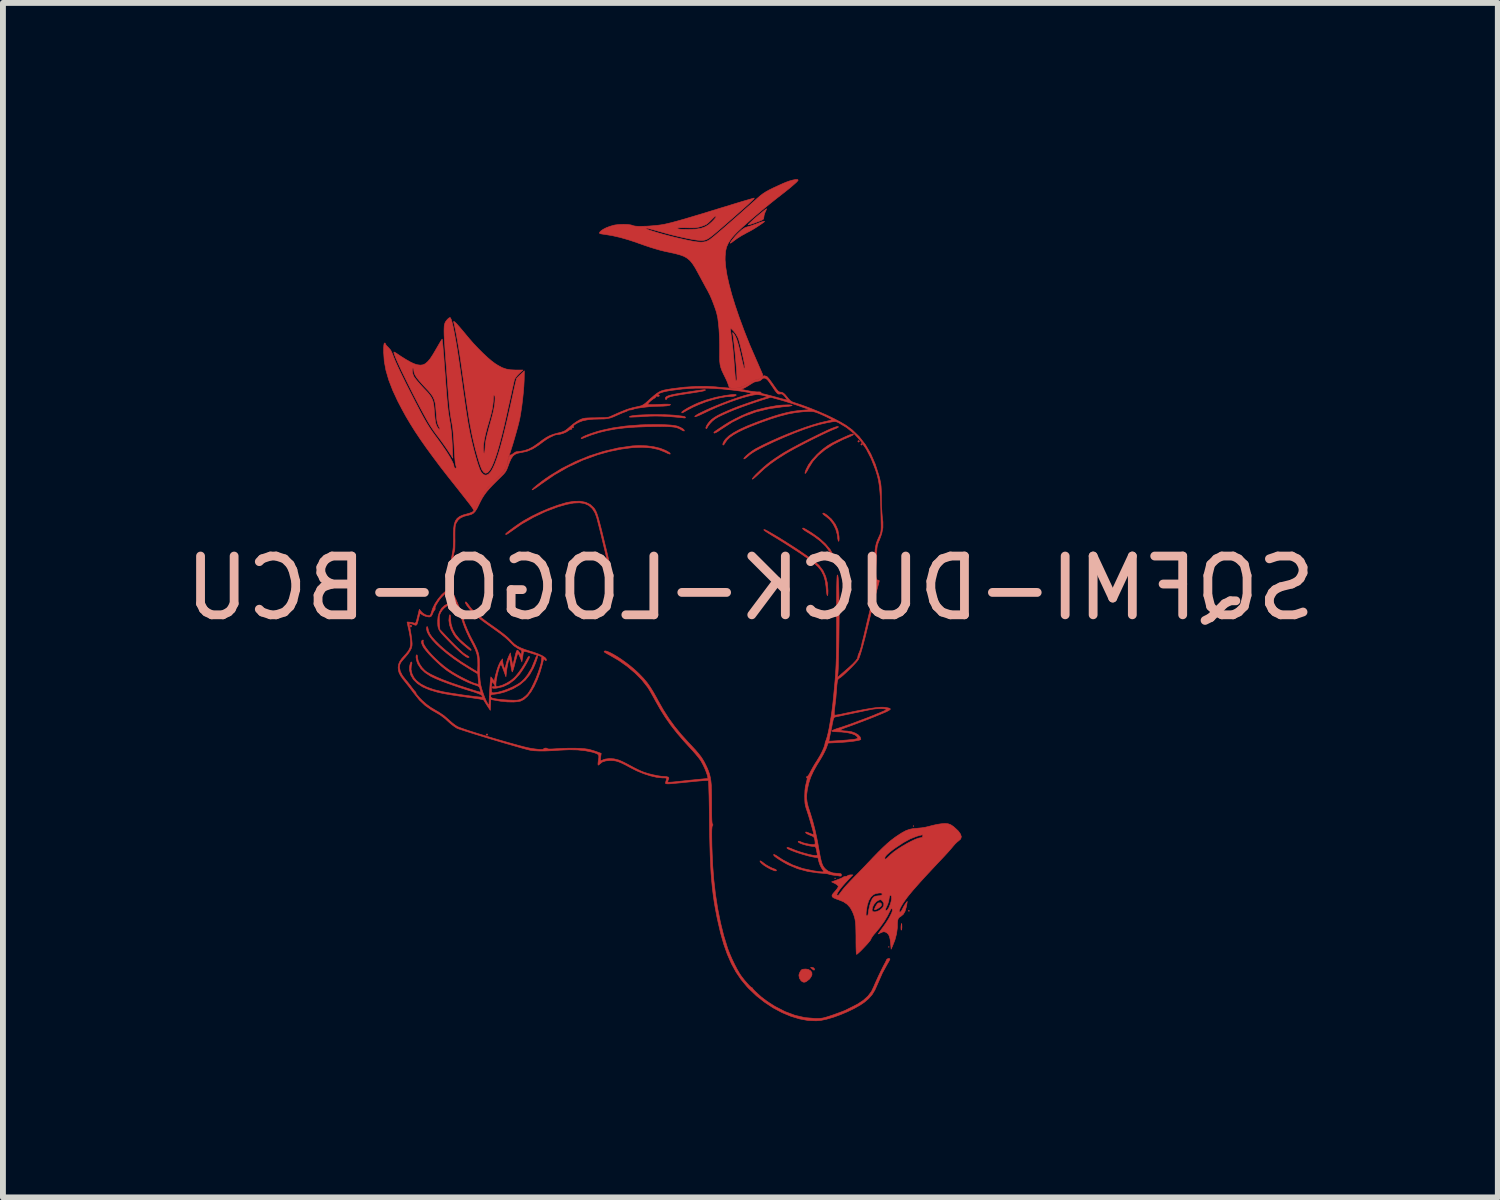
<source format=kicad_pcb>
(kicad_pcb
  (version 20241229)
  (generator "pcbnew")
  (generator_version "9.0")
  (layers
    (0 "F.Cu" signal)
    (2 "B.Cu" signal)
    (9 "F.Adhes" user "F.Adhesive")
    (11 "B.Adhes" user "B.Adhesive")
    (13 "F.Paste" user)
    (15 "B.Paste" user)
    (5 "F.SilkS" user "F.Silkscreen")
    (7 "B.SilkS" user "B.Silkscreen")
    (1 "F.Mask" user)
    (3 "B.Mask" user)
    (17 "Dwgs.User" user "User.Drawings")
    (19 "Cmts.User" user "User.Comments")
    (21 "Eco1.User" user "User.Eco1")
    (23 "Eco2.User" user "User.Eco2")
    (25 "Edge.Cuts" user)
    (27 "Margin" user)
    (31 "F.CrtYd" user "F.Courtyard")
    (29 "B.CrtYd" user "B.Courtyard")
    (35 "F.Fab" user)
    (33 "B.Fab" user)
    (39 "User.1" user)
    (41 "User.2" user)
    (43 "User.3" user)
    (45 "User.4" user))
  (footprint "SQFMI-DUCK-LOGO-BCU"
    (layer "F.Cu")
    (at 9.72 7.458)
    (property "Reference" "SQFMI-DUCK-LOGO-BCU" (at 0 -0.5 180) (layer "B.SilkS") (effects (font (size 1 1) (thickness 0.15)) (justify mirror)))
    (attr through_hole)
    (fp_poly (pts (xy 1.448 4.439) (xy 1.441 4.432) (xy 1.435 4.439) (xy 1.441 4.445) (xy 1.448 4.439)) (stroke (width 0.01) (type solid)) (fill yes) (layer "F.Cu"))
    (fp_poly (pts (xy 2.362 5.607) (xy 2.356 5.601) (xy 2.349 5.607) (xy 2.356 5.613) (xy 2.362 5.607)) (stroke (width 0.01) (type solid)) (fill yes) (layer "F.Cu"))
    (fp_poly (pts (xy 2.781 3.55) (xy 2.775 3.543) (xy 2.769 3.55) (xy 2.775 3.556) (xy 2.781 3.55)) (stroke (width 0.01) (type solid)) (fill yes) (layer "F.Cu"))
    (fp_poly (pts (xy 2.701 5) (xy 2.702 4.984) (xy 2.701 4.983) (xy 2.693 4.984) (xy 2.692 4.991) (xy 2.697 5.002) (xy 2.701 5)) (stroke (width 0.01) (type solid)) (fill yes) (layer "F.Cu"))
    (fp_poly (pts (xy -5.767 0.155) (xy -5.766 0.146) (xy -5.773 0.129) (xy -5.779 0.127) (xy -5.79 0.137) (xy -5.791 0.146) (xy -5.784 0.163) (xy -5.779 0.165) (xy -5.767 0.155)) (stroke (width 0.01) (type solid)) (fill yes) (layer "F.Cu"))
    (fp_poly (pts (xy -4.471 1.997) (xy -4.47 1.994) (xy -4.48 1.982) (xy -4.483 1.981) (xy -4.495 1.991) (xy -4.496 1.994) (xy -4.486 2.006) (xy -4.483 2.007) (xy -4.471 1.997)) (stroke (width 0.01) (type solid)) (fill yes) (layer "F.Cu"))
    (fp_poly (pts (xy 1.091 5.999) (xy 1.089 5.979) (xy 1.088 5.976) (xy 1.071 5.96) (xy 1.052 5.956) (xy 1.024 5.956) (xy 1.053 5.983) (xy 1.077 6.001) (xy 1.091 5.999)) (stroke (width 0.01) (type solid)) (fill yes) (layer "F.Cu"))
    (fp_poly (pts (xy 1.854 -2.994) (xy 1.854 -2.997) (xy 1.845 -3.01) (xy 1.841 -3.01) (xy 1.829 -3) (xy 1.829 -2.997) (xy 1.838 -2.985) (xy 1.841 -2.985) (xy 1.854 -2.994)) (stroke (width 0.01) (type solid)) (fill yes) (layer "F.Cu"))
    (fp_poly (pts (xy 1.905 -2.943) (xy 1.905 -2.946) (xy 1.895 -2.959) (xy 1.892 -2.959) (xy 1.88 -2.949) (xy 1.88 -2.946) (xy 1.889 -2.934) (xy 1.892 -2.934) (xy 1.905 -2.943)) (stroke (width 0.01) (type solid)) (fill yes) (layer "F.Cu"))
    (fp_poly (pts (xy 2.574 5.31) (xy 2.578 5.281) (xy 2.578 5.264) (xy 2.577 5.23) (xy 2.575 5.21) (xy 2.573 5.207) (xy 2.569 5.218) (xy 2.565 5.247) (xy 2.563 5.264) (xy 2.563 5.298) (xy 2.566 5.319) (xy 2.568 5.321) (xy 2.574 5.31)) (stroke (width 0.01) (type solid)) (fill yes) (layer "F.Cu"))
    (fp_poly (pts (xy 2.127 4.973) (xy 2.154 4.961) (xy 2.185 4.943) (xy 2.212 4.924) (xy 2.227 4.908) (xy 2.228 4.907) (xy 2.231 4.875) (xy 2.215 4.857) (xy 2.184 4.857) (xy 2.175 4.86) (xy 2.16 4.874) (xy 2.142 4.9) (xy 2.125 4.931) (xy 2.114 4.959) (xy 2.113 4.974) (xy 2.113 4.975) (xy 2.127 4.973)) (stroke (width 0.01) (type solid)) (fill yes) (layer "F.Cu"))
    (fp_poly (pts (xy 0.444 4.301) (xy 0.43 4.288) (xy 0.422 4.285) (xy 0.37 4.265) (xy 0.312 4.236) (xy 0.258 4.204) (xy 0.225 4.179) (xy 0.191 4.153) (xy 0.169 4.142) (xy 0.162 4.145) (xy 0.172 4.164) (xy 0.191 4.185) (xy 0.23 4.217) (xy 0.283 4.251) (xy 0.343 4.283) (xy 0.4 4.306) (xy 0.416 4.312) (xy 0.439 4.312) (xy 0.444 4.301)) (stroke (width 0.01) (type solid)) (fill yes) (layer "F.Cu"))
    (fp_poly (pts (xy 0.934 6.204) (xy 0.956 6.193) (xy 1.009 6.151) (xy 1.043 6.097) (xy 1.048 6.079) (xy 1.046 6.043) (xy 1.023 6.011) (xy 0.986 5.99) (xy 0.944 5.983) (xy 0.908 5.985) (xy 0.882 5.989) (xy 0.879 5.99) (xy 0.86 6.008) (xy 0.841 6.04) (xy 0.828 6.075) (xy 0.826 6.095) (xy 0.836 6.142) (xy 0.863 6.183) (xy 0.885 6.199) (xy 0.91 6.208) (xy 0.934 6.204)) (stroke (width 0.01) (type solid)) (fill yes) (layer "F.Cu"))
    (fp_poly (pts (xy 1.508 -1.307) (xy 1.51 -1.341) (xy 1.508 -1.382) (xy 1.489 -1.489) (xy 1.445 -1.587) (xy 1.38 -1.674) (xy 1.303 -1.742) (xy 1.264 -1.768) (xy 1.241 -1.777) (xy 1.232 -1.77) (xy 1.232 -1.766) (xy 1.242 -1.753) (xy 1.266 -1.734) (xy 1.275 -1.728) (xy 1.347 -1.67) (xy 1.407 -1.593) (xy 1.452 -1.505) (xy 1.479 -1.41) (xy 1.483 -1.377) (xy 1.488 -1.335) (xy 1.495 -1.306) (xy 1.502 -1.295) (xy 1.508 -1.307)) (stroke (width 0.01) (type solid)) (fill yes) (layer "F.Cu"))
    (fp_poly (pts (xy -0.02 -6.684) (xy 0.014 -6.694) (xy 0.062 -6.71) (xy 0.102 -6.725) (xy 0.158 -6.746) (xy 0.195 -6.762) (xy 0.216 -6.774) (xy 0.226 -6.787) (xy 0.228 -6.803) (xy 0.229 -6.812) (xy 0.235 -6.85) (xy 0.249 -6.892) (xy 0.254 -6.902) (xy 0.268 -6.933) (xy 0.275 -6.953) (xy 0.275 -6.956) (xy 0.264 -6.949) (xy 0.238 -6.929) (xy 0.199 -6.897) (xy 0.15 -6.857) (xy 0.11 -6.823) (xy 0.058 -6.778) (xy 0.015 -6.738) (xy -0.017 -6.707) (xy -0.035 -6.688) (xy -0.037 -6.682) (xy -0.02 -6.684)) (stroke (width 0.01) (type solid)) (fill yes) (layer "F.Cu"))
    (fp_poly (pts (xy 1.446 -0.927) (xy 1.442 -0.961) (xy 1.442 -0.962) (xy 1.412 -1.061) (xy 1.356 -1.159) (xy 1.275 -1.255) (xy 1.17 -1.35) (xy 1.04 -1.442) (xy 0.983 -1.477) (xy 0.937 -1.504) (xy 0.909 -1.519) (xy 0.895 -1.522) (xy 0.889 -1.517) (xy 0.889 -1.512) (xy 0.899 -1.499) (xy 0.925 -1.48) (xy 0.949 -1.465) (xy 1.084 -1.38) (xy 1.195 -1.296) (xy 1.283 -1.21) (xy 1.349 -1.121) (xy 1.393 -1.029) (xy 1.405 -0.992) (xy 1.419 -0.949) (xy 1.432 -0.923) (xy 1.442 -0.915) (xy 1.446 -0.927)) (stroke (width 0.01) (type solid)) (fill yes) (layer "F.Cu"))
    (fp_poly (pts (xy -4.75 0.555) (xy -4.757 0.541) (xy -4.781 0.517) (xy -4.824 0.481) (xy -4.846 0.464) (xy -4.944 0.376) (xy -5.017 0.289) (xy -5.067 0.2) (xy -5.094 0.108) (xy -5.1 0.047) (xy -5.103 -0.007) (xy -5.108 -0.039) (xy -5.114 -0.047) (xy -5.123 -0.03) (xy -5.125 -0.019) (xy -5.131 0.05) (xy -5.119 0.13) (xy -5.09 0.213) (xy -5.046 0.296) (xy -5.019 0.334) (xy -4.995 0.362) (xy -4.959 0.398) (xy -4.916 0.438) (xy -4.871 0.477) (xy -4.828 0.513) (xy -4.792 0.541) (xy -4.767 0.557) (xy -4.76 0.559) (xy -4.75 0.555)) (stroke (width 0.01) (type solid)) (fill yes) (layer "F.Cu"))
    (fp_poly (pts (xy 0.946 -2.464) (xy 0.966 -2.493) (xy 0.989 -2.537) (xy 0.994 -2.546) (xy 1.062 -2.655) (xy 1.154 -2.759) (xy 1.27 -2.855) (xy 1.41 -2.945) (xy 1.574 -3.028) (xy 1.68 -3.073) (xy 1.718 -3.09) (xy 1.744 -3.104) (xy 1.753 -3.113) (xy 1.749 -3.121) (xy 1.736 -3.122) (xy 1.711 -3.115) (xy 1.67 -3.099) (xy 1.61 -3.073) (xy 1.584 -3.061) (xy 1.478 -3.012) (xy 1.391 -2.968) (xy 1.318 -2.925) (xy 1.255 -2.88) (xy 1.195 -2.831) (xy 1.135 -2.775) (xy 1.051 -2.684) (xy 0.989 -2.599) (xy 0.947 -2.515) (xy 0.934 -2.48) (xy 0.929 -2.455) (xy 0.934 -2.45) (xy 0.946 -2.464)) (stroke (width 0.01) (type solid)) (fill yes) (layer "F.Cu"))
    (fp_poly (pts (xy -1.423 -3.718) (xy -1.422 -3.721) (xy -1.416 -3.733) (xy -1.396 -3.745) (xy -1.361 -3.757) (xy -1.308 -3.77) (xy -1.234 -3.784) (xy -1.139 -3.799) (xy -1.067 -3.81) (xy -0.965 -3.825) (xy -0.887 -3.838) (xy -0.83 -3.848) (xy -0.792 -3.856) (xy -0.771 -3.864) (xy -0.764 -3.87) (xy -0.77 -3.876) (xy -0.785 -3.876) (xy -0.822 -3.872) (xy -0.876 -3.865) (xy -0.945 -3.855) (xy -1.025 -3.843) (xy -1.083 -3.834) (xy -1.191 -3.817) (xy -1.277 -3.802) (xy -1.342 -3.788) (xy -1.389 -3.775) (xy -1.421 -3.762) (xy -1.439 -3.749) (xy -1.447 -3.734) (xy -1.448 -3.727) (xy -1.441 -3.71) (xy -1.435 -3.708) (xy -1.423 -3.718)) (stroke (width 0.01) (type solid)) (fill yes) (layer "F.Cu"))
    (fp_poly (pts (xy -1.144 -3.489) (xy -1.113 -3.506) (xy -1.079 -3.526) (xy -0.978 -3.579) (xy -0.867 -3.628) (xy -0.75 -3.673) (xy -0.633 -3.709) (xy -0.522 -3.737) (xy -0.421 -3.755) (xy -0.351 -3.759) (xy -0.299 -3.762) (xy -0.261 -3.77) (xy -0.242 -3.782) (xy -0.241 -3.786) (xy -0.247 -3.793) (xy -0.265 -3.795) (xy -0.299 -3.794) (xy -0.352 -3.788) (xy -0.427 -3.778) (xy -0.432 -3.777) (xy -0.592 -3.746) (xy -0.758 -3.699) (xy -0.888 -3.651) (xy -0.945 -3.626) (xy -1.003 -3.597) (xy -1.06 -3.568) (xy -1.108 -3.539) (xy -1.145 -3.515) (xy -1.166 -3.497) (xy -1.168 -3.492) (xy -1.167 -3.483) (xy -1.16 -3.482) (xy -1.144 -3.489)) (stroke (width 0.01) (type solid)) (fill yes) (layer "F.Cu"))
    (fp_poly (pts (xy -0.334 -6.372) (xy -0.311 -6.387) (xy -0.289 -6.404) (xy -0.228 -6.449) (xy -0.15 -6.498) (xy -0.063 -6.546) (xy -0.013 -6.572) (xy 0.021 -6.591) (xy 0.064 -6.616) (xy 0.111 -6.646) (xy 0.157 -6.676) (xy 0.197 -6.704) (xy 0.227 -6.725) (xy 0.241 -6.738) (xy 0.241 -6.739) (xy 0.234 -6.743) (xy 0.212 -6.738) (xy 0.172 -6.725) (xy 0.112 -6.702) (xy 0.102 -6.698) (xy 0.047 -6.678) (xy -0.004 -6.66) (xy -0.044 -6.649) (xy -0.054 -6.647) (xy -0.096 -6.631) (xy -0.147 -6.596) (xy -0.176 -6.57) (xy -0.215 -6.533) (xy -0.255 -6.491) (xy -0.291 -6.448) (xy -0.321 -6.41) (xy -0.339 -6.381) (xy -0.343 -6.37) (xy -0.334 -6.372)) (stroke (width 0.01) (type solid)) (fill yes) (layer "F.Cu"))
    (fp_poly (pts (xy -1.105 -3.402) (xy -1.108 -3.411) (xy -1.121 -3.418) (xy -1.146 -3.424) (xy -1.188 -3.43) (xy -1.249 -3.437) (xy -1.294 -3.442) (xy -1.372 -3.447) (xy -1.469 -3.451) (xy -1.576 -3.452) (xy -1.686 -3.452) (xy -1.792 -3.449) (xy -1.886 -3.445) (xy -1.941 -3.441) (xy -2.002 -3.434) (xy -2.039 -3.427) (xy -2.057 -3.42) (xy -2.057 -3.412) (xy -2.056 -3.41) (xy -2.042 -3.409) (xy -2.007 -3.41) (xy -1.955 -3.412) (xy -1.89 -3.415) (xy -1.825 -3.419) (xy -1.711 -3.426) (xy -1.61 -3.428) (xy -1.511 -3.426) (xy -1.402 -3.42) (xy -1.381 -3.419) (xy -1.307 -3.413) (xy -1.241 -3.407) (xy -1.186 -3.402) (xy -1.148 -3.398) (xy -1.133 -3.396) (xy -1.111 -3.395) (xy -1.105 -3.402)) (stroke (width 0.01) (type solid)) (fill yes) (layer "F.Cu"))
    (fp_poly (pts (xy -0.589 -3.145) (xy -0.546 -3.17) (xy -0.501 -3.201) (xy -0.312 -3.323) (xy -0.113 -3.422) (xy 0.097 -3.499) (xy 0.318 -3.553) (xy 0.552 -3.585) (xy 0.594 -3.588) (xy 0.645 -3.593) (xy 0.685 -3.599) (xy 0.708 -3.605) (xy 0.711 -3.608) (xy 0.699 -3.614) (xy 0.667 -3.617) (xy 0.619 -3.617) (xy 0.561 -3.615) (xy 0.502 -3.611) (xy 0.433 -3.602) (xy 0.349 -3.587) (xy 0.258 -3.569) (xy 0.169 -3.547) (xy 0.089 -3.526) (xy 0.06 -3.517) (xy -0.041 -3.48) (xy -0.15 -3.433) (xy -0.26 -3.379) (xy -0.362 -3.324) (xy -0.441 -3.275) (xy -0.49 -3.242) (xy -0.536 -3.212) (xy -0.571 -3.188) (xy -0.58 -3.182) (xy -0.607 -3.163) (xy -0.621 -3.148) (xy -0.622 -3.146) (xy -0.614 -3.137) (xy -0.589 -3.145)) (stroke (width 0.01) (type solid)) (fill yes) (layer "F.Cu"))
    (fp_poly (pts (xy -3.703 -2.175) (xy -3.674 -2.191) (xy -3.633 -2.218) (xy -3.583 -2.254) (xy -3.559 -2.272) (xy -3.334 -2.428) (xy -3.097 -2.563) (xy -2.853 -2.677) (xy -2.602 -2.768) (xy -2.394 -2.826) (xy -2.193 -2.866) (xy -2.009 -2.89) (xy -1.842 -2.896) (xy -1.693 -2.886) (xy -1.562 -2.858) (xy -1.45 -2.813) (xy -1.44 -2.808) (xy -1.403 -2.79) (xy -1.376 -2.781) (xy -1.365 -2.781) (xy -1.366 -2.793) (xy -1.383 -2.809) (xy -1.419 -2.83) (xy -1.446 -2.844) (xy -1.535 -2.879) (xy -1.643 -2.905) (xy -1.763 -2.921) (xy -1.888 -2.926) (xy -2.007 -2.92) (xy -2.249 -2.885) (xy -2.495 -2.827) (xy -2.74 -2.749) (xy -2.979 -2.651) (xy -3.208 -2.536) (xy -3.416 -2.409) (xy -3.48 -2.366) (xy -3.542 -2.321) (xy -3.599 -2.277) (xy -3.648 -2.238) (xy -3.686 -2.206) (xy -3.709 -2.182) (xy -3.715 -2.171) (xy -3.703 -2.175)) (stroke (width 0.01) (type solid)) (fill yes) (layer "F.Cu"))
    (fp_poly (pts (xy -2.859 -3.046) (xy -2.837 -3.055) (xy -2.709 -3.105) (xy -2.578 -3.147) (xy -2.441 -3.18) (xy -2.294 -3.207) (xy -2.134 -3.226) (xy -1.956 -3.239) (xy -1.758 -3.247) (xy -1.721 -3.247) (xy -1.597 -3.249) (xy -1.495 -3.25) (xy -1.413 -3.248) (xy -1.347 -3.245) (xy -1.295 -3.239) (xy -1.254 -3.23) (xy -1.22 -3.218) (xy -1.19 -3.203) (xy -1.176 -3.194) (xy -1.147 -3.178) (xy -1.128 -3.173) (xy -1.124 -3.175) (xy -1.128 -3.19) (xy -1.15 -3.211) (xy -1.186 -3.232) (xy -1.23 -3.251) (xy -1.249 -3.258) (xy -1.297 -3.267) (xy -1.365 -3.275) (xy -1.451 -3.28) (xy -1.55 -3.283) (xy -1.659 -3.283) (xy -1.773 -3.281) (xy -1.88 -3.277) (xy -2.121 -3.258) (xy -2.342 -3.226) (xy -2.526 -3.186) (xy -2.604 -3.165) (xy -2.679 -3.141) (xy -2.748 -3.117) (xy -2.807 -3.094) (xy -2.851 -3.073) (xy -2.876 -3.056) (xy -2.88 -3.05) (xy -2.878 -3.042) (xy -2.859 -3.046)) (stroke (width 0.01) (type solid)) (fill yes) (layer "F.Cu"))
    (fp_poly (pts (xy 1.315 -0.376) (xy 1.319 -0.404) (xy 1.321 -0.454) (xy 1.311 -0.582) (xy 1.282 -0.698) (xy 1.235 -0.799) (xy 1.171 -0.883) (xy 1.166 -0.888) (xy 1.124 -0.926) (xy 1.062 -0.975) (xy 0.984 -1.032) (xy 0.893 -1.095) (xy 0.792 -1.164) (xy 0.683 -1.234) (xy 0.57 -1.306) (xy 0.456 -1.376) (xy 0.392 -1.414) (xy 0.328 -1.451) (xy 0.283 -1.476) (xy 0.253 -1.491) (xy 0.237 -1.496) (xy 0.229 -1.494) (xy 0.229 -1.489) (xy 0.239 -1.479) (xy 0.268 -1.459) (xy 0.311 -1.431) (xy 0.365 -1.398) (xy 0.397 -1.378) (xy 0.477 -1.33) (xy 0.565 -1.275) (xy 0.658 -1.216) (xy 0.752 -1.155) (xy 0.843 -1.096) (xy 0.925 -1.039) (xy 0.997 -0.99) (xy 1.053 -0.949) (xy 1.074 -0.933) (xy 1.15 -0.865) (xy 1.207 -0.794) (xy 1.247 -0.715) (xy 1.274 -0.624) (xy 1.289 -0.515) (xy 1.291 -0.486) (xy 1.297 -0.427) (xy 1.303 -0.389) (xy 1.31 -0.371) (xy 1.315 -0.376)) (stroke (width 0.01) (type solid)) (fill yes) (layer "F.Cu"))
    (fp_poly (pts (xy -4.791 0.68) (xy -4.787 0.676) (xy -4.788 0.672) (xy -4.798 0.663) (xy -4.822 0.648) (xy -4.86 0.624) (xy -4.89 0.602) (xy -4.932 0.564) (xy -4.984 0.516) (xy -5.042 0.459) (xy -5.101 0.399) (xy -5.106 0.393) (xy -5.285 0.204) (xy -5.292 0.086) (xy -5.294 0.029) (xy -5.294 -0.011) (xy -5.289 -0.041) (xy -5.278 -0.068) (xy -5.268 -0.089) (xy -5.24 -0.13) (xy -5.206 -0.165) (xy -5.193 -0.175) (xy -5.161 -0.2) (xy -5.145 -0.219) (xy -5.148 -0.228) (xy -5.153 -0.229) (xy -5.171 -0.222) (xy -5.199 -0.206) (xy -5.208 -0.2) (xy -5.256 -0.155) (xy -5.292 -0.092) (xy -5.315 -0.017) (xy -5.321 0.05) (xy -5.321 0.1) (xy -5.319 0.14) (xy -5.313 0.173) (xy -5.301 0.205) (xy -5.282 0.238) (xy -5.252 0.275) (xy -5.21 0.321) (xy -5.155 0.379) (xy -5.107 0.428) (xy -5.02 0.516) (xy -4.945 0.586) (xy -4.884 0.637) (xy -4.838 0.67) (xy -4.806 0.684) (xy -4.791 0.68)) (stroke (width 0.01) (type solid)) (fill yes) (layer "F.Cu"))
    (fp_poly (pts (xy 0.047 -2.36) (xy 0.074 -2.381) (xy 0.111 -2.414) (xy 0.147 -2.448) (xy 0.241 -2.535) (xy 0.342 -2.616) (xy 0.455 -2.696) (xy 0.586 -2.779) (xy 0.616 -2.797) (xy 0.678 -2.833) (xy 0.756 -2.876) (xy 0.845 -2.923) (xy 0.941 -2.973) (xy 1.039 -3.023) (xy 1.136 -3.071) (xy 1.228 -3.116) (xy 1.309 -3.154) (xy 1.375 -3.184) (xy 1.419 -3.202) (xy 1.459 -3.218) (xy 1.488 -3.233) (xy 1.499 -3.242) (xy 1.493 -3.249) (xy 1.476 -3.249) (xy 1.442 -3.239) (xy 1.39 -3.219) (xy 1.365 -3.209) (xy 1.305 -3.182) (xy 1.227 -3.145) (xy 1.136 -3.101) (xy 1.037 -3.052) (xy 0.935 -3.001) (xy 0.835 -2.949) (xy 0.741 -2.899) (xy 0.659 -2.854) (xy 0.592 -2.816) (xy 0.569 -2.803) (xy 0.503 -2.761) (xy 0.432 -2.714) (xy 0.366 -2.668) (xy 0.328 -2.64) (xy 0.28 -2.602) (xy 0.229 -2.559) (xy 0.178 -2.513) (xy 0.13 -2.467) (xy 0.088 -2.426) (xy 0.056 -2.391) (xy 0.036 -2.366) (xy 0.032 -2.354) (xy 0.033 -2.353) (xy 0.047 -2.36)) (stroke (width 0.01) (type solid)) (fill yes) (layer "F.Cu"))
    (fp_poly (pts (xy -2.381 -0.801) (xy -2.378 -0.806) (xy -2.377 -0.816) (xy -2.38 -0.835) (xy -2.385 -0.864) (xy -2.394 -0.906) (xy -2.407 -0.964) (xy -2.425 -1.039) (xy -2.447 -1.134) (xy -2.476 -1.251) (xy -2.477 -1.257) (xy -2.509 -1.389) (xy -2.536 -1.499) (xy -2.559 -1.588) (xy -2.579 -1.661) (xy -2.595 -1.718) (xy -2.61 -1.763) (xy -2.624 -1.798) (xy -2.638 -1.826) (xy -2.651 -1.848) (xy -2.665 -1.866) (xy -2.726 -1.923) (xy -2.803 -1.96) (xy -2.896 -1.978) (xy -3.002 -1.977) (xy -3.121 -1.957) (xy -3.143 -1.951) (xy -3.282 -1.909) (xy -3.429 -1.855) (xy -3.577 -1.792) (xy -3.719 -1.723) (xy -3.845 -1.653) (xy -3.88 -1.632) (xy -3.929 -1.6) (xy -3.983 -1.563) (xy -4.036 -1.525) (xy -4.085 -1.488) (xy -4.126 -1.457) (xy -4.154 -1.433) (xy -4.166 -1.42) (xy -4.166 -1.42) (xy -4.161 -1.411) (xy -4.146 -1.415) (xy -4.117 -1.433) (xy -4.076 -1.462) (xy -3.89 -1.592) (xy -3.69 -1.706) (xy -3.484 -1.804) (xy -3.277 -1.882) (xy -3.131 -1.924) (xy -3.011 -1.947) (xy -2.908 -1.952) (xy -2.821 -1.939) (xy -2.749 -1.906) (xy -2.69 -1.853) (xy -2.645 -1.781) (xy -2.618 -1.709) (xy -2.609 -1.678) (xy -2.596 -1.626) (xy -2.578 -1.556) (xy -2.557 -1.473) (xy -2.534 -1.379) (xy -2.51 -1.278) (xy -2.495 -1.216) (xy -2.471 -1.117) (xy -2.449 -1.027) (xy -2.428 -0.948) (xy -2.411 -0.883) (xy -2.398 -0.835) (xy -2.388 -0.807) (xy -2.385 -0.8) (xy -2.381 -0.801)) (stroke (width 0.01) (type solid)) (fill yes) (layer "F.Cu"))
    (fp_poly (pts (xy -4.479 -2.461) (xy -4.458 -2.479) (xy -4.429 -2.516) (xy -4.4 -2.568) (xy -4.37 -2.637) (xy -4.338 -2.723) (xy -4.304 -2.828) (xy -4.269 -2.952) (xy -4.231 -3.097) (xy -4.19 -3.264) (xy -4.147 -3.454) (xy -4.109 -3.625) (xy -4.087 -3.722) (xy -4.067 -3.813) (xy -4.05 -3.893) (xy -4.034 -3.961) (xy -4.023 -4.011) (xy -4.016 -4.042) (xy -4.014 -4.047) (xy -3.997 -4.081) (xy -3.964 -4.122) (xy -3.936 -4.15) (xy -3.87 -4.211) (xy -3.996 -4.211) (xy -4.083 -4.215) (xy -4.157 -4.228) (xy -4.228 -4.253) (xy -4.302 -4.294) (xy -4.346 -4.322) (xy -4.405 -4.366) (xy -4.474 -4.425) (xy -4.551 -4.497) (xy -4.631 -4.577) (xy -4.71 -4.66) (xy -4.783 -4.744) (xy -4.82 -4.788) (xy -4.891 -4.874) (xy -4.95 -4.943) (xy -4.995 -4.994) (xy -5.028 -5.026) (xy -5.046 -5.039) (xy -5.051 -5.033) (xy -5.05 -5.029) (xy -5.037 -4.976) (xy -5.021 -4.901) (xy -5.003 -4.808) (xy -4.984 -4.702) (xy -4.964 -4.584) (xy -4.944 -4.46) (xy -4.925 -4.333) (xy -4.915 -4.261) (xy -4.89 -4.085) (xy -4.868 -3.932) (xy -4.85 -3.799) (xy -4.833 -3.685) (xy -4.819 -3.587) (xy -4.806 -3.503) (xy -4.795 -3.43) (xy -4.785 -3.366) (xy -4.775 -3.309) (xy -4.766 -3.257) (xy -4.756 -3.207) (xy -4.746 -3.157) (xy -4.744 -3.143) (xy -4.721 -3.036) (xy -4.695 -2.927) (xy -4.678 -2.858) (xy -4.544 -2.858) (xy -4.542 -2.925) (xy -4.53 -3.012) (xy -4.509 -3.114) (xy -4.479 -3.23) (xy -4.464 -3.28) (xy -4.433 -3.388) (xy -4.409 -3.477) (xy -4.392 -3.552) (xy -4.382 -3.619) (xy -4.375 -3.682) (xy -4.375 -3.686) (xy -4.372 -3.732) (xy -4.37 -3.766) (xy -4.369 -3.782) (xy -4.369 -3.782) (xy -4.36 -3.78) (xy -4.354 -3.777) (xy -4.347 -3.761) (xy -4.345 -3.723) (xy -4.348 -3.665) (xy -4.355 -3.611) (xy -4.367 -3.542) (xy -4.384 -3.467) (xy -4.402 -3.397) (xy -4.433 -3.286) (xy -4.457 -3.197) (xy -4.476 -3.125) (xy -4.49 -3.068) (xy -4.5 -3.021) (xy -4.507 -2.982) (xy -4.511 -2.947) (xy -4.514 -2.912) (xy -4.514 -2.899) (xy -4.518 -2.845) (xy -4.524 -2.81) (xy -4.53 -2.795) (xy -4.537 -2.803) (xy -4.542 -2.834) (xy -4.544 -2.858) (xy -4.678 -2.858) (xy -4.668 -2.822) (xy -4.641 -2.724) (xy -4.615 -2.638) (xy -4.591 -2.569) (xy -4.571 -2.519) (xy -4.569 -2.516) (xy -4.54 -2.472) (xy -4.51 -2.454) (xy -4.479 -2.461)) (stroke (width 0.01) (type solid)) (fill yes) (layer "F.Cu"))
    (fp_poly (pts (xy -5.073 -2.934) (xy -5.085 -3.13) (xy -5.108 -3.305) (xy -5.112 -3.327) (xy -5.121 -3.378) (xy -5.129 -3.426) (xy -5.136 -3.473) (xy -5.143 -3.522) (xy -5.149 -3.577) (xy -5.155 -3.639) (xy -5.162 -3.711) (xy -5.169 -3.797) (xy -5.177 -3.898) (xy -5.186 -4.018) (xy -5.196 -4.159) (xy -5.203 -4.245) (xy -5.211 -4.354) (xy -5.218 -4.454) (xy -5.226 -4.544) (xy -5.232 -4.619) (xy -5.238 -4.679) (xy -5.242 -4.718) (xy -5.245 -4.736) (xy -5.245 -4.737) (xy -5.253 -4.727) (xy -5.272 -4.698) (xy -5.298 -4.654) (xy -5.329 -4.6) (xy -5.347 -4.569) (xy -5.401 -4.477) (xy -5.448 -4.405) (xy -5.491 -4.354) (xy -5.531 -4.319) (xy -5.571 -4.3) (xy -5.615 -4.294) (xy -5.664 -4.3) (xy -5.685 -4.305) (xy -5.731 -4.321) (xy -5.791 -4.35) (xy -5.861 -4.39) (xy -5.935 -4.436) (xy -5.999 -4.479) (xy -6.032 -4.501) (xy -6.057 -4.515) (xy -6.066 -4.517) (xy -6.066 -4.501) (xy -6.054 -4.464) (xy -6.032 -4.409) (xy -6.001 -4.338) (xy -5.961 -4.251) (xy -5.943 -4.213) (xy -5.753 -4.213) (xy -5.748 -4.237) (xy -5.74 -4.242) (xy -5.732 -4.231) (xy -5.728 -4.204) (xy -5.728 -4.203) (xy -5.723 -4.168) (xy -5.708 -4.13) (xy -5.682 -4.086) (xy -5.64 -4.033) (xy -5.583 -3.968) (xy -5.539 -3.92) (xy -5.478 -3.855) (xy -5.433 -3.801) (xy -5.401 -3.753) (xy -5.379 -3.704) (xy -5.364 -3.649) (xy -5.355 -3.581) (xy -5.348 -3.495) (xy -5.347 -3.483) (xy -5.341 -3.406) (xy -5.334 -3.348) (xy -5.325 -3.306) (xy -5.313 -3.273) (xy -5.31 -3.266) (xy -5.292 -3.229) (xy -5.285 -3.21) (xy -5.287 -3.202) (xy -5.296 -3.2) (xy -5.308 -3.211) (xy -5.326 -3.237) (xy -5.335 -3.254) (xy -5.348 -3.285) (xy -5.358 -3.325) (xy -5.366 -3.377) (xy -5.373 -3.448) (xy -5.375 -3.473) (xy -5.382 -3.562) (xy -5.39 -3.631) (xy -5.403 -3.687) (xy -5.423 -3.734) (xy -5.452 -3.78) (xy -5.492 -3.83) (xy -5.548 -3.889) (xy -5.564 -3.906) (xy -5.614 -3.96) (xy -5.659 -4.012) (xy -5.696 -4.057) (xy -5.721 -4.09) (xy -5.727 -4.101) (xy -5.742 -4.138) (xy -5.751 -4.178) (xy -5.753 -4.213) (xy -5.943 -4.213) (xy -5.914 -4.152) (xy -5.86 -4.042) (xy -5.801 -3.923) (xy -5.737 -3.796) (xy -5.669 -3.665) (xy -5.617 -3.566) (xy -5.559 -3.459) (xy -5.51 -3.37) (xy -5.467 -3.296) (xy -5.426 -3.231) (xy -5.386 -3.172) (xy -5.344 -3.114) (xy -5.328 -3.093) (xy -5.278 -3.027) (xy -5.228 -2.958) (xy -5.181 -2.891) (xy -5.143 -2.835) (xy -5.135 -2.823) (xy -5.064 -2.711) (xy -5.073 -2.934)) (stroke (width 0.01) (type solid)) (fill yes) (layer "F.Cu"))
    (fp_poly (pts (xy -4.702 -1.833) (xy -4.686 -1.855) (xy -4.664 -1.893) (xy -4.638 -1.943) (xy -4.638 -1.944) (xy -4.584 -2.045) (xy -4.526 -2.134) (xy -4.461 -2.217) (xy -4.381 -2.301) (xy -4.321 -2.359) (xy -4.249 -2.429) (xy -4.198 -2.489) (xy -4.163 -2.543) (xy -4.142 -2.596) (xy -4.133 -2.648) (xy -4.126 -2.689) (xy -4.112 -2.739) (xy -4.102 -2.769) (xy -4.086 -2.814) (xy -4.065 -2.879) (xy -4.04 -2.958) (xy -4.014 -3.047) (xy -3.987 -3.141) (xy -3.961 -3.234) (xy -3.939 -3.321) (xy -3.922 -3.396) (xy -3.906 -3.49) (xy -3.89 -3.597) (xy -3.876 -3.711) (xy -3.864 -3.825) (xy -3.855 -3.934) (xy -3.85 -4.03) (xy -3.849 -4.064) (xy -3.847 -4.197) (xy -3.907 -4.14) (xy -3.94 -4.109) (xy -3.965 -4.084) (xy -3.976 -4.072) (xy -3.982 -4.057) (xy -3.991 -4.02) (xy -4.004 -3.967) (xy -4.019 -3.901) (xy -4.035 -3.826) (xy -4.038 -3.812) (xy -4.087 -3.589) (xy -4.132 -3.389) (xy -4.174 -3.213) (xy -4.212 -3.058) (xy -4.248 -2.923) (xy -4.282 -2.807) (xy -4.314 -2.708) (xy -4.344 -2.626) (xy -4.373 -2.559) (xy -4.401 -2.506) (xy -4.42 -2.478) (xy -4.459 -2.437) (xy -4.499 -2.421) (xy -4.538 -2.429) (xy -4.574 -2.463) (xy -4.584 -2.478) (xy -4.605 -2.521) (xy -4.629 -2.586) (xy -4.655 -2.669) (xy -4.683 -2.766) (xy -4.712 -2.875) (xy -4.74 -2.991) (xy -4.767 -3.112) (xy -4.791 -3.233) (xy -4.806 -3.315) (xy -4.815 -3.371) (xy -4.827 -3.449) (xy -4.842 -3.543) (xy -4.857 -3.648) (xy -4.873 -3.762) (xy -4.89 -3.878) (xy -4.902 -3.969) (xy -4.933 -4.188) (xy -4.962 -4.385) (xy -4.988 -4.559) (xy -5.013 -4.709) (xy -5.036 -4.835) (xy -5.056 -4.938) (xy -5.075 -5.017) (xy -5.091 -5.071) (xy -5.105 -5.1) (xy -5.113 -5.105) (xy -5.13 -5.096) (xy -5.155 -5.074) (xy -5.161 -5.067) (xy -5.175 -5.049) (xy -5.188 -5.032) (xy -5.197 -5.013) (xy -5.204 -4.99) (xy -5.21 -4.96) (xy -5.212 -4.923) (xy -5.213 -4.874) (xy -5.212 -4.813) (xy -5.208 -4.737) (xy -5.202 -4.645) (xy -5.195 -4.532) (xy -5.185 -4.398) (xy -5.176 -4.28) (xy -5.164 -4.118) (xy -5.154 -3.979) (xy -5.144 -3.861) (xy -5.136 -3.76) (xy -5.129 -3.676) (xy -5.123 -3.604) (xy -5.116 -3.544) (xy -5.11 -3.492) (xy -5.104 -3.446) (xy -5.097 -3.403) (xy -5.09 -3.362) (xy -5.082 -3.32) (xy -5.079 -3.306) (xy -5.066 -3.227) (xy -5.056 -3.125) (xy -5.047 -3.004) (xy -5.042 -2.913) (xy -5.038 -2.83) (xy -5.033 -2.754) (xy -5.028 -2.688) (xy -5.023 -2.638) (xy -5.018 -2.607) (xy -5.017 -2.604) (xy -5.007 -2.567) (xy -5.005 -2.548) (xy -5.013 -2.541) (xy -5.023 -2.54) (xy -5.039 -2.55) (xy -5.042 -2.562) (xy -5.05 -2.603) (xy -5.076 -2.661) (xy -5.118 -2.737) (xy -5.175 -2.828) (xy -5.248 -2.935) (xy -5.335 -3.056) (xy -5.353 -3.08) (xy -5.394 -3.136) (xy -5.431 -3.188) (xy -5.465 -3.239) (xy -5.499 -3.294) (xy -5.535 -3.355) (xy -5.575 -3.427) (xy -5.621 -3.513) (xy -5.675 -3.617) (xy -5.7 -3.664) (xy -5.788 -3.836) (xy -5.867 -3.992) (xy -5.935 -4.131) (xy -5.992 -4.251) (xy -6.038 -4.352) (xy -6.071 -4.432) (xy -6.09 -4.483) (xy -6.12 -4.548) (xy -6.161 -4.595) (xy -6.19 -4.623) (xy -6.207 -4.647) (xy -6.21 -4.657) (xy -6.218 -4.67) (xy -6.226 -4.67) (xy -6.233 -4.66) (xy -6.238 -4.632) (xy -6.241 -4.585) (xy -6.241 -4.516) (xy -6.241 -4.514) (xy -6.231 -4.363) (xy -6.202 -4.205) (xy -6.154 -4.04) (xy -6.086 -3.864) (xy -6.002 -3.683) (xy -5.934 -3.553) (xy -5.864 -3.425) (xy -5.788 -3.297) (xy -5.706 -3.166) (xy -5.615 -3.03) (xy -5.515 -2.887) (xy -5.403 -2.734) (xy -5.279 -2.568) (xy -5.14 -2.389) (xy -5.023 -2.242) (xy -4.942 -2.139) (xy -4.875 -2.054) (xy -4.822 -1.986) (xy -4.78 -1.933) (xy -4.75 -1.892) (xy -4.729 -1.862) (xy -4.716 -1.842) (xy -4.71 -1.83) (xy -4.71 -1.829) (xy -4.702 -1.833)) (stroke (width 0.01) (type solid)) (fill yes) (layer "F.Cu"))
    (fp_poly (pts (xy 1.817 5.729) (xy 1.841 5.708) (xy 1.875 5.677) (xy 1.913 5.638) (xy 1.953 5.596) (xy 1.991 5.555) (xy 2.022 5.518) (xy 2.044 5.49) (xy 2.051 5.475) (xy 2.06 5.455) (xy 2.081 5.423) (xy 2.111 5.385) (xy 2.118 5.378) (xy 2.207 5.271) (xy 2.277 5.173) (xy 2.333 5.079) (xy 2.345 5.055) (xy 2.37 5.004) (xy 2.386 4.973) (xy 2.396 4.957) (xy 2.403 4.953) (xy 2.41 4.958) (xy 2.415 4.963) (xy 2.418 4.983) (xy 2.408 5.019) (xy 2.385 5.068) (xy 2.354 5.126) (xy 2.314 5.19) (xy 2.269 5.255) (xy 2.254 5.275) (xy 2.221 5.32) (xy 2.196 5.355) (xy 2.18 5.378) (xy 2.177 5.385) (xy 2.19 5.38) (xy 2.216 5.367) (xy 2.218 5.366) (xy 2.259 5.349) (xy 2.292 5.351) (xy 2.322 5.367) (xy 2.348 5.392) (xy 2.366 5.427) (xy 2.378 5.477) (xy 2.387 5.548) (xy 2.387 5.55) (xy 2.395 5.645) (xy 2.418 5.594) (xy 2.46 5.488) (xy 2.488 5.381) (xy 2.501 5.282) (xy 2.502 5.258) (xy 2.503 5.195) (xy 2.508 5.151) (xy 2.518 5.122) (xy 2.535 5.102) (xy 2.561 5.086) (xy 2.563 5.084) (xy 2.601 5.053) (xy 2.631 5.003) (xy 2.652 4.932) (xy 2.661 4.889) (xy 2.67 4.832) (xy 2.643 4.867) (xy 2.621 4.9) (xy 2.597 4.943) (xy 2.59 4.959) (xy 2.572 4.992) (xy 2.553 5.013) (xy 2.546 5.016) (xy 2.532 5.007) (xy 2.536 4.98) (xy 2.555 4.935) (xy 2.591 4.874) (xy 2.611 4.844) (xy 2.64 4.802) (xy 2.674 4.756) (xy 2.716 4.704) (xy 2.765 4.645) (xy 2.824 4.578) (xy 2.893 4.5) (xy 2.975 4.41) (xy 3.071 4.307) (xy 3.181 4.189) (xy 3.308 4.055) (xy 3.317 4.045) (xy 3.361 3.997) (xy 3.406 3.946) (xy 3.443 3.902) (xy 3.453 3.89) (xy 3.486 3.852) (xy 3.521 3.819) (xy 3.543 3.802) (xy 3.579 3.77) (xy 3.59 3.732) (xy 3.576 3.687) (xy 3.539 3.635) (xy 3.509 3.606) (xy 3.457 3.559) (xy 3.411 3.528) (xy 3.365 3.511) (xy 3.312 3.506) (xy 3.247 3.511) (xy 3.189 3.52) (xy 3.139 3.53) (xy 3.08 3.544) (xy 3.037 3.556) (xy 2.981 3.569) (xy 2.914 3.58) (xy 2.849 3.586) (xy 2.845 3.587) (xy 2.768 3.593) (xy 2.703 3.607) (xy 2.642 3.63) (xy 2.576 3.666) (xy 2.537 3.691) (xy 2.465 3.739) (xy 2.396 3.791) (xy 2.327 3.849) (xy 2.254 3.917) (xy 2.172 3.998) (xy 2.078 4.095) (xy 2.076 4.097) (xy 2.286 4.097) (xy 2.294 4.072) (xy 2.32 4.04) (xy 2.365 3.999) (xy 2.429 3.949) (xy 2.474 3.917) (xy 2.602 3.832) (xy 2.719 3.768) (xy 2.824 3.726) (xy 2.857 3.716) (xy 2.896 3.706) (xy 2.923 3.699) (xy 2.931 3.697) (xy 2.933 3.706) (xy 2.934 3.721) (xy 2.925 3.742) (xy 2.905 3.747) (xy 2.863 3.755) (xy 2.806 3.776) (xy 2.738 3.808) (xy 2.664 3.847) (xy 2.587 3.892) (xy 2.513 3.939) (xy 2.445 3.987) (xy 2.39 4.033) (xy 2.357 4.065) (xy 2.321 4.1) (xy 2.298 4.114) (xy 2.287 4.106) (xy 2.286 4.097) (xy 2.076 4.097) (xy 2.07 4.104) (xy 2.003 4.174) (xy 1.934 4.247) (xy 1.866 4.317) (xy 1.805 4.38) (xy 1.756 4.429) (xy 1.751 4.435) (xy 1.699 4.489) (xy 1.647 4.545) (xy 1.601 4.596) (xy 1.568 4.637) (xy 1.568 4.638) (xy 1.538 4.677) (xy 1.515 4.708) (xy 1.501 4.725) (xy 1.5 4.727) (xy 1.484 4.729) (xy 1.474 4.725) (xy 1.472 4.71) (xy 1.487 4.68) (xy 1.516 4.636) (xy 1.559 4.582) (xy 1.613 4.52) (xy 1.662 4.467) (xy 1.744 4.381) (xy 1.705 4.381) (xy 1.675 4.385) (xy 1.657 4.394) (xy 1.657 4.394) (xy 1.64 4.404) (xy 1.619 4.407) (xy 1.593 4.411) (xy 1.582 4.418) (xy 1.567 4.428) (xy 1.535 4.443) (xy 1.491 4.46) (xy 1.478 4.465) (xy 1.382 4.5) (xy 1.437 4.526) (xy 1.471 4.546) (xy 1.492 4.567) (xy 1.496 4.575) (xy 1.49 4.595) (xy 1.469 4.627) (xy 1.441 4.66) (xy 1.406 4.7) (xy 1.389 4.73) (xy 1.393 4.753) (xy 1.417 4.772) (xy 1.464 4.792) (xy 1.498 4.803) (xy 1.584 4.838) (xy 1.649 4.882) (xy 1.7 4.939) (xy 1.732 4.997) (xy 1.753 5.044) (xy 1.758 5.059) (xy 1.969 5.059) (xy 1.97 5.025) (xy 1.972 5.001) (xy 1.988 4.9) (xy 2.014 4.818) (xy 2.051 4.756) (xy 2.096 4.715) (xy 2.134 4.699) (xy 2.188 4.689) (xy 2.225 4.689) (xy 2.239 4.694) (xy 2.245 4.712) (xy 2.23 4.727) (xy 2.199 4.736) (xy 2.178 4.737) (xy 2.13 4.743) (xy 2.097 4.759) (xy 2.074 4.789) (xy 2.051 4.838) (xy 2.032 4.898) (xy 2.017 4.964) (xy 2.014 4.979) (xy 2.07 4.979) (xy 2.08 4.928) (xy 2.107 4.877) (xy 2.144 4.835) (xy 2.178 4.813) (xy 2.207 4.803) (xy 2.227 4.807) (xy 2.248 4.826) (xy 2.271 4.863) (xy 2.27 4.904) (xy 2.247 4.944) (xy 2.203 4.98) (xy 2.199 4.983) (xy 2.298 4.983) (xy 2.301 4.96) (xy 2.316 4.925) (xy 2.317 4.924) (xy 2.338 4.877) (xy 2.354 4.827) (xy 2.356 4.813) (xy 2.364 4.765) (xy 2.371 4.738) (xy 2.379 4.727) (xy 2.391 4.728) (xy 2.401 4.745) (xy 2.403 4.783) (xy 2.403 4.788) (xy 2.395 4.833) (xy 2.38 4.883) (xy 2.361 4.931) (xy 2.34 4.967) (xy 2.33 4.979) (xy 2.308 4.991) (xy 2.298 4.983) (xy 2.199 4.983) (xy 2.182 4.992) (xy 2.137 5.009) (xy 2.1 5.011) (xy 2.077 4.998) (xy 2.07 4.979) (xy 2.014 4.979) (xy 2.011 5.004) (xy 2.004 5.05) (xy 1.995 5.074) (xy 1.984 5.08) (xy 1.974 5.076) (xy 1.969 5.059) (xy 1.758 5.059) (xy 1.768 5.088) (xy 1.78 5.133) (xy 1.788 5.184) (xy 1.793 5.245) (xy 1.795 5.322) (xy 1.797 5.417) (xy 1.797 5.457) (xy 1.797 5.537) (xy 1.798 5.608) (xy 1.8 5.667) (xy 1.802 5.709) (xy 1.804 5.731) (xy 1.805 5.733) (xy 1.817 5.729)) (stroke (width 0.01) (type solid)) (fill yes) (layer "F.Cu"))
    (fp_poly (pts (xy -0.213 -3.907) (xy -0.126 -3.932) (xy -0.037 -3.974) (xy 0.005 -4.001) (xy 0.057 -4.032) (xy 0.101 -4.049) (xy 0.119 -4.052) (xy 0.159 -4.063) (xy 0.187 -4.088) (xy 0.214 -4.123) (xy 0.151 -4.268) (xy 0.122 -4.335) (xy 0.092 -4.403) (xy 0.066 -4.464) (xy 0.049 -4.502) (xy 0.028 -4.551) (xy 0.008 -4.596) (xy -0.006 -4.628) (xy -0.006 -4.629) (xy -0.016 -4.653) (xy -0.033 -4.696) (xy -0.056 -4.753) (xy -0.083 -4.821) (xy -0.112 -4.895) (xy -0.112 -4.896) (xy -0.191 -5.109) (xy -0.259 -5.309) (xy -0.317 -5.497) (xy -0.363 -5.67) (xy -0.398 -5.826) (xy -0.42 -5.965) (xy -0.43 -6.084) (xy -0.429 -6.144) (xy -0.422 -6.233) (xy -0.405 -6.305) (xy -0.375 -6.372) (xy -0.33 -6.441) (xy -0.314 -6.462) (xy -0.278 -6.503) (xy -0.225 -6.558) (xy -0.156 -6.623) (xy -0.073 -6.698) (xy 0.02 -6.78) (xy 0.121 -6.866) (xy 0.229 -6.956) (xy 0.34 -7.047) (xy 0.453 -7.137) (xy 0.514 -7.184) (xy 0.603 -7.254) (xy 0.679 -7.315) (xy 0.738 -7.366) (xy 0.782 -7.405) (xy 0.807 -7.432) (xy 0.813 -7.443) (xy 0.802 -7.453) (xy 0.77 -7.453) (xy 0.722 -7.444) (xy 0.661 -7.427) (xy 0.654 -7.424) (xy 0.609 -7.408) (xy 0.549 -7.383) (xy 0.481 -7.352) (xy 0.411 -7.32) (xy 0.394 -7.312) (xy 0.323 -7.277) (xy 0.268 -7.247) (xy 0.221 -7.217) (xy 0.175 -7.183) (xy 0.124 -7.139) (xy 0.077 -7.097) (xy 0.003 -7.031) (xy -0.078 -6.959) (xy -0.162 -6.884) (xy -0.248 -6.808) (xy -0.333 -6.734) (xy -0.414 -6.663) (xy -0.489 -6.598) (xy -0.556 -6.541) (xy -0.611 -6.494) (xy -0.653 -6.46) (xy -0.679 -6.44) (xy -0.681 -6.438) (xy -0.717 -6.415) (xy -0.753 -6.399) (xy -0.793 -6.39) (xy -0.839 -6.387) (xy -0.896 -6.39) (xy -0.967 -6.4) (xy -1.055 -6.417) (xy -1.16 -6.44) (xy -1.243 -6.459) (xy -1.33 -6.48) (xy -1.418 -6.503) (xy -1.503 -6.526) (xy -1.583 -6.549) (xy -1.654 -6.571) (xy -1.712 -6.589) (xy -1.753 -6.605) (xy -1.775 -6.616) (xy -1.778 -6.619) (xy -1.778 -6.624) (xy -1.774 -6.627) (xy -1.765 -6.627) (xy -1.747 -6.623) (xy -1.739 -6.621) (xy -1.243 -6.621) (xy -1.24 -6.628) (xy -1.213 -6.632) (xy -1.163 -6.633) (xy -1.088 -6.632) (xy -1.087 -6.632) (xy -1.015 -6.63) (xy -0.961 -6.631) (xy -0.917 -6.635) (xy -0.877 -6.643) (xy -0.837 -6.654) (xy -0.786 -6.672) (xy -0.747 -6.691) (xy -0.712 -6.719) (xy -0.674 -6.756) (xy -0.633 -6.797) (xy -0.607 -6.821) (xy -0.591 -6.83) (xy -0.585 -6.825) (xy -0.584 -6.817) (xy -0.593 -6.802) (xy -0.616 -6.774) (xy -0.648 -6.74) (xy -0.659 -6.729) (xy -0.713 -6.682) (xy -0.77 -6.648) (xy -0.833 -6.625) (xy -0.908 -6.611) (xy -1 -6.605) (xy -1.054 -6.604) (xy -1.115 -6.605) (xy -1.168 -6.606) (xy -1.206 -6.609) (xy -1.225 -6.612) (xy -1.243 -6.621) (xy -1.739 -6.621) (xy -1.715 -6.615) (xy -1.669 -6.602) (xy -1.603 -6.584) (xy -1.544 -6.567) (xy -1.418 -6.532) (xy -1.295 -6.5) (xy -1.179 -6.473) (xy -1.072 -6.45) (xy -0.979 -6.432) (xy -0.902 -6.421) (xy -0.844 -6.416) (xy -0.823 -6.416) (xy -0.799 -6.418) (xy -0.776 -6.422) (xy -0.754 -6.429) (xy -0.73 -6.441) (xy -0.7 -6.459) (xy -0.664 -6.486) (xy -0.619 -6.522) (xy -0.563 -6.569) (xy -0.492 -6.63) (xy -0.406 -6.705) (xy -0.375 -6.732) (xy -0.263 -6.83) (xy -0.169 -6.913) (xy -0.093 -6.98) (xy -0.032 -7.035) (xy 0.012 -7.077) (xy 0.043 -7.107) (xy 0.061 -7.126) (xy 0.066 -7.136) (xy 0.064 -7.137) (xy 0.049 -7.134) (xy 0.012 -7.123) (xy -0.044 -7.107) (xy -0.116 -7.086) (xy -0.203 -7.06) (xy -0.301 -7.03) (xy -0.407 -6.997) (xy -0.474 -6.977) (xy -0.644 -6.925) (xy -0.792 -6.879) (xy -0.92 -6.841) (xy -1.03 -6.808) (xy -1.124 -6.78) (xy -1.205 -6.757) (xy -1.274 -6.738) (xy -1.333 -6.722) (xy -1.386 -6.709) (xy -1.433 -6.698) (xy -1.46 -6.692) (xy -1.523 -6.681) (xy -1.596 -6.672) (xy -1.675 -6.665) (xy -1.755 -6.659) (xy -1.831 -6.657) (xy -1.899 -6.656) (xy -1.952 -6.659) (xy -1.987 -6.665) (xy -1.993 -6.667) (xy -2.033 -6.68) (xy -2.091 -6.688) (xy -2.159 -6.69) (xy -2.231 -6.688) (xy -2.299 -6.68) (xy -2.325 -6.675) (xy -2.39 -6.656) (xy -2.453 -6.632) (xy -2.507 -6.604) (xy -2.547 -6.575) (xy -2.565 -6.555) (xy -2.569 -6.543) (xy -2.564 -6.535) (xy -2.546 -6.529) (xy -2.51 -6.523) (xy -2.46 -6.516) (xy -2.346 -6.497) (xy -2.215 -6.467) (xy -2.075 -6.427) (xy -1.932 -6.38) (xy -1.918 -6.374) (xy -1.799 -6.332) (xy -1.698 -6.298) (xy -1.609 -6.271) (xy -1.528 -6.248) (xy -1.449 -6.229) (xy -1.387 -6.216) (xy -1.281 -6.193) (xy -1.197 -6.17) (xy -1.129 -6.145) (xy -1.074 -6.113) (xy -1.027 -6.073) (xy -0.984 -6.02) (xy -0.94 -5.952) (xy -0.892 -5.865) (xy -0.883 -5.848) (xy -0.852 -5.791) (xy -0.822 -5.735) (xy -0.796 -5.687) (xy -0.787 -5.671) (xy -0.76 -5.62) (xy -0.73 -5.567) (xy -0.719 -5.546) (xy -0.684 -5.477) (xy -0.648 -5.392) (xy -0.614 -5.302) (xy -0.584 -5.216) (xy -0.571 -5.169) (xy -0.555 -5.096) (xy -0.543 -5.002) (xy -0.536 -4.927) (xy -0.343 -4.927) (xy -0.335 -4.922) (xy -0.314 -4.903) (xy -0.287 -4.876) (xy -0.246 -4.824) (xy -0.213 -4.764) (xy -0.206 -4.748) (xy -0.194 -4.712) (xy -0.18 -4.661) (xy -0.164 -4.599) (xy -0.148 -4.531) (xy -0.132 -4.461) (xy -0.117 -4.394) (xy -0.105 -4.334) (xy -0.097 -4.287) (xy -0.093 -4.255) (xy -0.094 -4.245) (xy -0.107 -4.243) (xy -0.108 -4.244) (xy -0.112 -4.257) (xy -0.121 -4.292) (xy -0.134 -4.343) (xy -0.149 -4.407) (xy -0.164 -4.473) (xy -0.188 -4.579) (xy -0.211 -4.663) (xy -0.231 -4.729) (xy -0.252 -4.779) (xy -0.273 -4.816) (xy -0.285 -4.832) (xy -0.299 -4.848) (xy -0.303 -4.845) (xy -0.299 -4.82) (xy -0.291 -4.767) (xy -0.282 -4.695) (xy -0.272 -4.608) (xy -0.262 -4.512) (xy -0.253 -4.412) (xy -0.244 -4.314) (xy -0.237 -4.223) (xy -0.232 -4.144) (xy -0.229 -4.082) (xy -0.229 -4.061) (xy -0.232 -4.035) (xy -0.24 -4.026) (xy -0.244 -4.028) (xy -0.248 -4.035) (xy -0.251 -4.05) (xy -0.255 -4.076) (xy -0.259 -4.115) (xy -0.264 -4.171) (xy -0.27 -4.245) (xy -0.277 -4.342) (xy -0.279 -4.375) (xy -0.287 -4.463) (xy -0.296 -4.561) (xy -0.307 -4.658) (xy -0.318 -4.742) (xy -0.318 -4.743) (xy -0.327 -4.807) (xy -0.334 -4.862) (xy -0.34 -4.903) (xy -0.342 -4.925) (xy -0.343 -4.927) (xy -0.536 -4.927) (xy -0.533 -4.892) (xy -0.526 -4.771) (xy -0.523 -4.642) (xy -0.523 -4.515) (xy -0.524 -4.429) (xy -0.522 -4.362) (xy -0.516 -4.306) (xy -0.504 -4.255) (xy -0.485 -4.202) (xy -0.456 -4.14) (xy -0.425 -4.077) (xy -0.402 -4.029) (xy -0.383 -3.981) (xy -0.374 -3.956) (xy -0.364 -3.926) (xy -0.352 -3.911) (xy -0.329 -3.904) (xy -0.293 -3.901) (xy -0.213 -3.907)) (stroke (width 0.01) (type solid)) (fill yes) (layer "F.Cu"))
    (fp_poly (pts (xy 1.197 6.858) (xy 1.297 6.837) (xy 1.411 6.804) (xy 1.532 6.76) (xy 1.653 6.709) (xy 1.768 6.653) (xy 1.869 6.596) (xy 1.937 6.55) (xy 2.012 6.486) (xy 2.071 6.419) (xy 2.118 6.342) (xy 2.158 6.252) (xy 2.246 6.051) (xy 2.329 5.9) (xy 2.352 5.861) (xy 2.368 5.83) (xy 2.375 5.814) (xy 2.375 5.814) (xy 2.366 5.804) (xy 2.346 5.805) (xy 2.326 5.814) (xy 2.317 5.826) (xy 2.307 5.85) (xy 2.289 5.885) (xy 2.278 5.905) (xy 2.25 5.959) (xy 2.217 6.026) (xy 2.182 6.099) (xy 2.149 6.171) (xy 2.121 6.233) (xy 2.105 6.272) (xy 2.062 6.363) (xy 2.002 6.443) (xy 1.923 6.515) (xy 1.824 6.58) (xy 1.727 6.63) (xy 1.682 6.652) (xy 1.638 6.674) (xy 1.625 6.681) (xy 1.597 6.693) (xy 1.551 6.711) (xy 1.492 6.733) (xy 1.426 6.757) (xy 1.403 6.765) (xy 1.332 6.789) (xy 1.279 6.805) (xy 1.236 6.816) (xy 1.198 6.822) (xy 1.157 6.824) (xy 1.108 6.824) (xy 1.099 6.824) (xy 0.93 6.81) (xy 0.76 6.771) (xy 0.589 6.707) (xy 0.417 6.618) (xy 0.324 6.559) (xy 0.272 6.523) (xy 0.222 6.486) (xy 0.182 6.455) (xy 0.171 6.445) (xy 0.116 6.395) (xy 0.077 6.358) (xy 0.053 6.333) (xy 0.041 6.318) (xy 0.038 6.311) (xy 0.028 6.3) (xy 0.024 6.299) (xy 0.008 6.29) (xy -0.021 6.263) (xy -0.058 6.222) (xy -0.102 6.171) (xy -0.148 6.112) (xy -0.15 6.11) (xy -0.185 6.058) (xy -0.226 5.987) (xy -0.269 5.904) (xy -0.312 5.814) (xy -0.351 5.724) (xy -0.384 5.64) (xy -0.392 5.615) (xy -0.454 5.414) (xy -0.509 5.192) (xy -0.556 4.956) (xy -0.594 4.71) (xy -0.623 4.459) (xy -0.642 4.208) (xy -0.643 4.178) (xy -0.65 4.026) (xy -0.655 3.892) (xy -0.657 3.779) (xy -0.658 3.686) (xy -0.657 3.615) (xy -0.653 3.568) (xy -0.648 3.544) (xy -0.646 3.542) (xy -0.636 3.53) (xy -0.644 3.521) (xy -0.649 3.51) (xy -0.653 3.486) (xy -0.656 3.445) (xy -0.658 3.386) (xy -0.659 3.305) (xy -0.659 3.203) (xy -0.659 3.162) (xy -0.66 3.039) (xy -0.662 2.937) (xy -0.665 2.853) (xy -0.672 2.783) (xy -0.682 2.722) (xy -0.695 2.667) (xy -0.713 2.614) (xy -0.736 2.559) (xy -0.757 2.515) (xy -0.783 2.463) (xy -0.811 2.415) (xy -0.843 2.367) (xy -0.884 2.315) (xy -0.934 2.256) (xy -0.999 2.186) (xy -1.052 2.13) (xy -1.178 1.991) (xy -1.288 1.857) (xy -1.388 1.719) (xy -1.482 1.572) (xy -1.575 1.408) (xy -1.589 1.381) (xy -1.649 1.274) (xy -1.704 1.185) (xy -1.759 1.107) (xy -1.82 1.035) (xy -1.89 0.962) (xy -1.922 0.931) (xy -1.985 0.874) (xy -2.054 0.817) (xy -2.126 0.762) (xy -2.198 0.711) (xy -2.268 0.665) (xy -2.333 0.627) (xy -2.39 0.597) (xy -2.436 0.577) (xy -2.47 0.569) (xy -2.487 0.575) (xy -2.489 0.583) (xy -2.479 0.593) (xy -2.451 0.61) (xy -2.411 0.633) (xy -2.397 0.64) (xy -2.242 0.73) (xy -2.096 0.833) (xy -1.963 0.945) (xy -1.846 1.063) (xy -1.751 1.184) (xy -1.744 1.194) (xy -1.723 1.227) (xy -1.694 1.276) (xy -1.661 1.335) (xy -1.626 1.398) (xy -1.62 1.41) (xy -1.535 1.56) (xy -1.448 1.699) (xy -1.354 1.833) (xy -1.25 1.966) (xy -1.131 2.104) (xy -1.033 2.212) (xy -0.979 2.27) (xy -0.929 2.328) (xy -0.885 2.381) (xy -0.853 2.424) (xy -0.84 2.443) (xy -0.807 2.504) (xy -0.775 2.571) (xy -0.749 2.637) (xy -0.731 2.691) (xy -0.729 2.703) (xy -0.721 2.74) (xy -0.808 2.748) (xy -0.912 2.758) (xy -1.03 2.77) (xy -1.151 2.783) (xy -1.265 2.795) (xy -1.274 2.796) (xy -1.327 2.801) (xy -1.371 2.804) (xy -1.399 2.803) (xy -1.406 2.802) (xy -1.406 2.786) (xy -1.397 2.761) (xy -1.387 2.734) (xy -1.397 2.717) (xy -1.428 2.709) (xy -1.46 2.707) (xy -1.515 2.703) (xy -1.585 2.692) (xy -1.662 2.676) (xy -1.738 2.657) (xy -1.805 2.636) (xy -1.806 2.636) (xy -1.854 2.617) (xy -1.915 2.589) (xy -1.981 2.556) (xy -2.035 2.527) (xy -2.096 2.494) (xy -2.157 2.463) (xy -2.21 2.439) (xy -2.245 2.425) (xy -2.321 2.406) (xy -2.399 2.401) (xy -2.469 2.41) (xy -2.498 2.419) (xy -2.528 2.432) (xy -2.548 2.438) (xy -2.55 2.438) (xy -2.552 2.427) (xy -2.55 2.398) (xy -2.548 2.376) (xy -2.539 2.313) (xy -2.613 2.286) (xy -2.669 2.267) (xy -2.732 2.249) (xy -2.762 2.242) (xy -2.82 2.234) (xy -2.898 2.228) (xy -2.99 2.225) (xy -3.09 2.225) (xy -3.192 2.228) (xy -3.292 2.233) (xy -3.302 2.234) (xy -3.367 2.238) (xy -3.416 2.239) (xy -3.445 2.237) (xy -3.452 2.234) (xy -3.466 2.225) (xy -3.49 2.223) (xy -3.511 2.228) (xy -3.518 2.237) (xy -3.53 2.245) (xy -3.562 2.247) (xy -3.61 2.244) (xy -3.67 2.237) (xy -3.738 2.227) (xy -3.809 2.212) (xy -3.867 2.198) (xy -3.969 2.171) (xy -4.08 2.14) (xy -4.197 2.107) (xy -4.315 2.073) (xy -4.433 2.038) (xy -4.548 2.003) (xy -4.656 1.97) (xy -4.754 1.939) (xy -4.839 1.911) (xy -4.908 1.887) (xy -4.959 1.869) (xy -4.984 1.858) (xy -5.022 1.834) (xy -5.069 1.798) (xy -5.117 1.756) (xy -5.134 1.74) (xy -5.213 1.672) (xy -5.306 1.609) (xy -5.357 1.58) (xy -5.442 1.529) (xy -5.513 1.477) (xy -5.581 1.417) (xy -5.591 1.407) (xy -5.631 1.366) (xy -5.663 1.329) (xy -5.684 1.302) (xy -5.69 1.291) (xy -5.695 1.271) (xy -5.699 1.268) (xy -5.711 1.256) (xy -5.733 1.229) (xy -5.76 1.194) (xy -5.797 1.145) (xy -5.838 1.093) (xy -5.864 1.063) (xy -5.922 0.988) (xy -5.958 0.917) (xy -5.971 0.853) (xy -5.971 0.848) (xy -5.969 0.816) (xy -5.96 0.787) (xy -5.942 0.756) (xy -5.911 0.718) (xy -5.865 0.667) (xy -5.865 0.666) (xy -5.828 0.622) (xy -5.796 0.575) (xy -5.775 0.536) (xy -5.774 0.535) (xy -5.764 0.504) (xy -5.758 0.476) (xy -5.757 0.441) (xy -5.761 0.394) (xy -5.765 0.355) (xy -5.774 0.293) (xy -5.784 0.232) (xy -5.793 0.182) (xy -5.797 0.168) (xy -5.806 0.127) (xy -5.804 0.106) (xy -5.787 0.102) (xy -5.752 0.112) (xy -5.731 0.121) (xy -5.706 0.131) (xy -5.689 0.132) (xy -5.676 0.122) (xy -5.666 0.096) (xy -5.654 0.051) (xy -5.646 0.018) (xy -5.634 -0.03) (xy -5.626 -0.057) (xy -5.618 -0.067) (xy -5.608 -0.063) (xy -5.6 -0.057) (xy -5.564 -0.034) (xy -5.517 -0.016) (xy -5.472 -0.009) (xy -5.454 -0.01) (xy -5.428 -0.024) (xy -5.41 -0.059) (xy -5.409 -0.062) (xy -5.395 -0.096) (xy -5.378 -0.121) (xy -5.376 -0.123) (xy -5.364 -0.141) (xy -5.365 -0.151) (xy -5.365 -0.173) (xy -5.349 -0.211) (xy -5.318 -0.262) (xy -5.286 -0.309) (xy -5.255 -0.347) (xy -5.219 -0.384) (xy -5.182 -0.418) (xy -5.148 -0.443) (xy -5.122 -0.457) (xy -5.108 -0.457) (xy -5.108 -0.455) (xy -5.1 -0.438) (xy -5.084 -0.402) (xy -5.062 -0.354) (xy -5.036 -0.299) (xy -5.035 -0.297) (xy -5.003 -0.225) (xy -4.969 -0.14) (xy -4.938 -0.054) (xy -4.921 0.001) (xy -4.893 0.086) (xy -4.864 0.167) (xy -4.829 0.249) (xy -4.787 0.339) (xy -4.733 0.442) (xy -4.719 0.469) (xy -4.678 0.553) (xy -4.653 0.628) (xy -4.64 0.705) (xy -4.638 0.794) (xy -4.638 0.818) (xy -4.642 0.928) (xy -4.781 0.844) (xy -4.92 0.756) (xy -5.053 0.663) (xy -5.175 0.569) (xy -5.28 0.478) (xy -5.294 0.464) (xy -5.367 0.391) (xy -5.421 0.329) (xy -5.457 0.276) (xy -5.477 0.228) (xy -5.483 0.202) (xy -5.491 0.167) (xy -5.501 0.154) (xy -5.508 0.162) (xy -5.512 0.194) (xy -5.5 0.246) (xy -5.468 0.307) (xy -5.416 0.376) (xy -5.346 0.452) (xy -5.26 0.532) (xy -5.159 0.616) (xy -5.046 0.702) (xy -4.921 0.787) (xy -4.788 0.87) (xy -4.734 0.903) (xy -4.689 0.93) (xy -4.657 0.949) (xy -4.641 0.958) (xy -4.64 0.958) (xy -4.639 0.97) (xy -4.636 1.001) (xy -4.632 1.044) (xy -4.632 1.05) (xy -4.624 1.14) (xy -4.671 1.128) (xy -4.717 1.113) (xy -4.779 1.086) (xy -4.851 1.051) (xy -4.928 1.012) (xy -5.004 0.97) (xy -5.074 0.928) (xy -5.132 0.89) (xy -5.137 0.887) (xy -5.213 0.83) (xy -5.287 0.767) (xy -5.358 0.701) (xy -5.423 0.635) (xy -5.479 0.572) (xy -5.523 0.514) (xy -5.554 0.464) (xy -5.569 0.425) (xy -5.569 0.406) (xy -5.566 0.386) (xy -5.577 0.384) (xy -5.596 0.401) (xy -5.596 0.434) (xy -5.579 0.479) (xy -5.556 0.519) (xy -5.517 0.569) (xy -5.464 0.63) (xy -5.399 0.697) (xy -5.328 0.765) (xy -5.257 0.829) (xy -5.188 0.884) (xy -5.159 0.906) (xy -5.077 0.96) (xy -4.983 1.015) (xy -4.887 1.066) (xy -4.795 1.109) (xy -4.714 1.14) (xy -4.703 1.144) (xy -4.656 1.159) (xy -4.628 1.172) (xy -4.613 1.187) (xy -4.604 1.207) (xy -4.6 1.222) (xy -4.587 1.272) (xy -4.627 1.263) (xy -4.651 1.257) (xy -4.694 1.244) (xy -4.753 1.225) (xy -4.825 1.202) (xy -4.905 1.176) (xy -4.948 1.162) (xy -5.1 1.11) (xy -5.233 1.06) (xy -5.346 1.012) (xy -5.438 0.968) (xy -5.507 0.928) (xy -5.541 0.902) (xy -5.587 0.853) (xy -5.626 0.796) (xy -5.653 0.738) (xy -5.664 0.687) (xy -5.664 0.683) (xy -5.667 0.652) (xy -5.675 0.636) (xy -5.677 0.635) (xy -5.687 0.646) (xy -5.69 0.674) (xy -5.685 0.713) (xy -5.673 0.757) (xy -5.657 0.797) (xy -5.607 0.871) (xy -5.536 0.938) (xy -5.446 0.997) (xy -5.423 1.009) (xy -5.355 1.041) (xy -5.268 1.077) (xy -5.165 1.116) (xy -5.051 1.157) (xy -4.932 1.197) (xy -4.812 1.235) (xy -4.789 1.242) (xy -4.702 1.269) (xy -4.636 1.293) (xy -4.592 1.311) (xy -4.57 1.325) (xy -4.569 1.327) (xy -4.562 1.347) (xy -4.564 1.355) (xy -4.578 1.356) (xy -4.614 1.353) (xy -4.668 1.348) (xy -4.734 1.34) (xy -4.811 1.33) (xy -4.893 1.319) (xy -4.977 1.306) (xy -5.059 1.294) (xy -5.135 1.282) (xy -5.202 1.27) (xy -5.24 1.263) (xy -5.387 1.228) (xy -5.51 1.184) (xy -5.61 1.132) (xy -5.685 1.073) (xy -5.728 1.019) (xy -5.76 0.953) (xy -5.775 0.885) (xy -5.771 0.823) (xy -5.767 0.811) (xy -5.76 0.778) (xy -5.764 0.758) (xy -5.775 0.759) (xy -5.786 0.78) (xy -5.795 0.812) (xy -5.801 0.851) (xy -5.801 0.89) (xy -5.801 0.896) (xy -5.779 0.981) (xy -5.735 1.056) (xy -5.667 1.123) (xy -5.577 1.182) (xy -5.462 1.231) (xy -5.324 1.272) (xy -5.245 1.29) (xy -5.187 1.301) (xy -5.11 1.314) (xy -5.021 1.328) (xy -4.926 1.342) (xy -4.833 1.355) (xy -4.82 1.357) (xy -4.739 1.368) (xy -4.667 1.379) (xy -4.607 1.388) (xy -4.564 1.397) (xy -4.541 1.403) (xy -4.538 1.405) (xy -4.529 1.42) (xy -4.51 1.451) (xy -4.485 1.49) (xy -4.48 1.499) (xy -4.426 1.581) (xy -4.422 1.488) (xy -4.418 1.395) (xy -4.384 1.402) (xy -4.252 1.425) (xy -4.133 1.437) (xy -4.03 1.439) (xy -3.946 1.431) (xy -3.913 1.424) (xy -3.853 1.394) (xy -3.793 1.341) (xy -3.734 1.266) (xy -3.679 1.172) (xy -3.627 1.059) (xy -3.58 0.932) (xy -3.539 0.79) (xy -3.525 0.732) (xy -3.518 0.708) (xy -3.51 0.706) (xy -3.499 0.719) (xy -3.481 0.735) (xy -3.471 0.729) (xy -3.475 0.706) (xy -3.496 0.681) (xy -3.541 0.652) (xy -3.607 0.622) (xy -3.692 0.591) (xy -3.743 0.576) (xy -3.836 0.546) (xy -3.908 0.518) (xy -3.966 0.489) (xy -4.015 0.455) (xy -4.059 0.413) (xy -4.082 0.388) (xy -4.128 0.342) (xy -4.196 0.285) (xy -4.286 0.217) (xy -4.373 0.155) (xy -4.482 0.078) (xy -4.571 0.011) (xy -4.643 -0.047) (xy -4.701 -0.1) (xy -4.747 -0.148) (xy -4.784 -0.195) (xy -4.789 -0.203) (xy -4.814 -0.236) (xy -4.833 -0.259) (xy -4.842 -0.266) (xy -4.851 -0.259) (xy -4.845 -0.237) (xy -4.825 -0.204) (xy -4.794 -0.163) (xy -4.754 -0.117) (xy -4.708 -0.069) (xy -4.658 -0.023) (xy -4.645 -0.011) (xy -4.605 0.02) (xy -4.551 0.062) (xy -4.486 0.109) (xy -4.416 0.159) (xy -4.361 0.198) (xy -4.254 0.275) (xy -4.17 0.342) (xy -4.109 0.398) (xy -4.093 0.415) (xy -4.024 0.483) (xy -3.955 0.528) (xy -3.954 0.529) (xy -3.915 0.549) (xy -3.895 0.565) (xy -3.89 0.581) (xy -3.891 0.589) (xy -3.897 0.617) (xy -3.899 0.628) (xy -3.905 0.627) (xy -3.921 0.608) (xy -3.932 0.592) (xy -3.949 0.569) (xy -3.961 0.557) (xy -3.972 0.56) (xy -3.982 0.579) (xy -3.994 0.617) (xy -4.009 0.677) (xy -4.014 0.699) (xy -4.044 0.819) (xy -4.065 0.711) (xy -4.085 0.603) (xy -4.112 0.66) (xy -4.132 0.71) (xy -4.149 0.765) (xy -4.153 0.781) (xy -4.166 0.832) (xy -4.175 0.86) (xy -4.182 0.867) (xy -4.19 0.855) (xy -4.198 0.832) (xy -4.209 0.789) (xy -4.215 0.749) (xy -4.216 0.743) (xy -4.217 0.705) (xy -4.242 0.734) (xy -4.265 0.772) (xy -4.29 0.828) (xy -4.314 0.899) (xy -4.335 0.976) (xy -4.34 0.995) (xy -4.359 1.082) (xy -4.416 1.011) (xy -4.424 1.074) (xy -4.428 1.11) (xy -4.432 1.165) (xy -4.436 1.231) (xy -4.44 1.302) (xy -4.44 1.318) (xy -4.442 1.34) (xy -4.42 1.34) (xy -4.417 1.324) (xy -4.406 1.315) (xy -4.38 1.309) (xy -4.34 1.304) (xy -4.286 1.296) (xy -4.223 1.281) (xy -4.169 1.265) (xy -4.036 1.211) (xy -3.924 1.145) (xy -3.831 1.067) (xy -3.755 0.972) (xy -3.692 0.859) (xy -3.661 0.787) (xy -3.639 0.727) (xy -3.626 0.686) (xy -3.621 0.662) (xy -3.624 0.65) (xy -3.631 0.648) (xy -3.641 0.659) (xy -3.654 0.688) (xy -3.669 0.73) (xy -3.671 0.733) (xy -3.724 0.863) (xy -3.795 0.98) (xy -3.85 1.048) (xy -3.889 1.086) (xy -3.931 1.119) (xy -3.984 1.151) (xy -4.044 1.182) (xy -4.128 1.219) (xy -4.212 1.249) (xy -4.292 1.271) (xy -4.359 1.282) (xy -4.378 1.282) (xy -4.395 1.28) (xy -4.404 1.269) (xy -4.406 1.242) (xy -4.407 1.216) (xy -4.405 1.172) (xy -4.401 1.133) (xy -4.399 1.12) (xy -4.391 1.09) (xy -4.367 1.126) (xy -4.348 1.16) (xy -4.346 1.177) (xy -4.362 1.179) (xy -4.369 1.177) (xy -4.39 1.178) (xy -4.394 1.19) (xy -4.39 1.201) (xy -4.375 1.205) (xy -4.344 1.205) (xy -4.315 1.202) (xy -4.21 1.178) (xy -4.109 1.13) (xy -4.015 1.06) (xy -3.93 0.967) (xy -3.906 0.934) (xy -3.873 0.886) (xy -3.84 0.833) (xy -3.809 0.78) (xy -3.784 0.732) (xy -3.766 0.696) (xy -3.759 0.675) (xy -3.759 0.675) (xy -3.764 0.66) (xy -3.776 0.667) (xy -3.795 0.694) (xy -3.808 0.719) (xy -3.848 0.793) (xy -3.895 0.869) (xy -3.946 0.941) (xy -3.995 1.002) (xy -4.027 1.034) (xy -4.083 1.079) (xy -4.151 1.12) (xy -4.222 1.153) (xy -4.285 1.172) (xy -4.289 1.173) (xy -4.318 1.176) (xy -4.329 1.168) (xy -4.331 1.141) (xy -4.331 1.14) (xy -4.328 1.093) (xy -4.319 1.038) (xy -4.308 0.978) (xy -4.293 0.92) (xy -4.278 0.868) (xy -4.263 0.827) (xy -4.25 0.804) (xy -4.243 0.8) (xy -4.236 0.811) (xy -4.222 0.841) (xy -4.206 0.884) (xy -4.198 0.905) (xy -4.16 1.01) (xy -4.151 0.927) (xy -4.143 0.869) (xy -4.133 0.812) (xy -4.122 0.761) (xy -4.112 0.724) (xy -4.103 0.705) (xy -4.102 0.705) (xy -4.096 0.714) (xy -4.089 0.743) (xy -4.081 0.787) (xy -4.077 0.813) (xy -4.069 0.863) (xy -4.061 0.902) (xy -4.055 0.924) (xy -4.052 0.927) (xy -4.046 0.916) (xy -4.035 0.885) (xy -4.022 0.84) (xy -4.014 0.81) (xy -3.995 0.735) (xy -3.98 0.681) (xy -3.97 0.646) (xy -3.963 0.625) (xy -3.958 0.616) (xy -3.953 0.615) (xy -3.948 0.619) (xy -3.937 0.637) (xy -3.922 0.67) (xy -3.912 0.693) (xy -3.889 0.756) (xy -3.88 0.705) (xy -3.873 0.66) (xy -3.867 0.617) (xy -3.866 0.613) (xy -3.863 0.595) (xy -3.858 0.583) (xy -3.847 0.578) (xy -3.827 0.58) (xy -3.793 0.588) (xy -3.743 0.604) (xy -3.672 0.627) (xy -3.67 0.627) (xy -3.55 0.667) (xy -3.554 0.724) (xy -3.563 0.783) (xy -3.584 0.857) (xy -3.613 0.942) (xy -3.647 1.031) (xy -3.686 1.118) (xy -3.725 1.198) (xy -3.763 1.264) (xy -3.791 1.303) (xy -3.829 1.34) (xy -3.874 1.374) (xy -3.893 1.385) (xy -3.92 1.397) (xy -3.946 1.404) (xy -3.977 1.408) (xy -4.018 1.409) (xy -4.077 1.407) (xy -4.106 1.406) (xy -4.176 1.402) (xy -4.245 1.396) (xy -4.304 1.39) (xy -4.34 1.384) (xy -4.384 1.375) (xy -4.408 1.365) (xy -4.418 1.353) (xy -4.42 1.34) (xy -4.442 1.34) (xy -4.449 1.5) (xy -4.472 1.464) (xy -4.496 1.42) (xy -4.522 1.36) (xy -4.548 1.289) (xy -4.572 1.216) (xy -4.589 1.149) (xy -4.592 1.133) (xy -4.599 1.082) (xy -4.605 1.014) (xy -4.609 0.936) (xy -4.61 0.859) (xy -4.611 0.783) (xy -4.612 0.722) (xy -4.617 0.67) (xy -4.625 0.623) (xy -4.639 0.577) (xy -4.66 0.526) (xy -4.688 0.466) (xy -4.727 0.392) (xy -4.766 0.318) (xy -4.813 0.217) (xy -4.86 0.101) (xy -4.896 -0.006) (xy -4.922 -0.084) (xy -4.951 -0.164) (xy -4.981 -0.238) (xy -5.007 -0.298) (xy -5.013 -0.311) (xy -5.043 -0.376) (xy -5.064 -0.431) (xy -5.072 -0.471) (xy -5.072 -0.473) (xy -5.075 -0.504) (xy -5.082 -0.52) (xy -5.084 -0.521) (xy -5.089 -0.533) (xy -5.092 -0.566) (xy -5.091 -0.615) (xy -5.089 -0.678) (xy -5.085 -0.749) (xy -5.079 -0.824) (xy -5.072 -0.9) (xy -5.064 -0.972) (xy -5.056 -1.035) (xy -5.047 -1.087) (xy -5.039 -1.121) (xy -5.034 -1.132) (xy -5.031 -1.149) (xy -5.029 -1.187) (xy -5.028 -1.241) (xy -5.027 -1.307) (xy -5.028 -1.354) (xy -5.028 -1.434) (xy -5.027 -1.492) (xy -5.025 -1.534) (xy -5.021 -1.565) (xy -5.015 -1.589) (xy -5.005 -1.61) (xy -5.004 -1.612) (xy -4.972 -1.66) (xy -4.93 -1.696) (xy -4.872 -1.722) (xy -4.795 -1.741) (xy -4.75 -1.753) (xy -4.714 -1.774) (xy -4.683 -1.806) (xy -4.652 -1.855) (xy -4.623 -1.914) (xy -4.592 -1.977) (xy -4.562 -2.033) (xy -4.529 -2.084) (xy -4.491 -2.136) (xy -4.445 -2.19) (xy -4.388 -2.251) (xy -4.317 -2.322) (xy -4.24 -2.398) (xy -4.195 -2.443) (xy -4.165 -2.481) (xy -4.144 -2.521) (xy -4.128 -2.563) (xy -4.098 -2.644) (xy -4.07 -2.704) (xy -4.041 -2.747) (xy -4.008 -2.775) (xy -3.968 -2.793) (xy -3.916 -2.804) (xy -3.9 -2.806) (xy -3.801 -2.828) (xy -3.703 -2.87) (xy -3.602 -2.934) (xy -3.561 -2.965) (xy -3.513 -3.001) (xy -3.464 -3.035) (xy -3.424 -3.059) (xy -3.416 -3.063) (xy -3.378 -3.081) (xy -3.347 -3.096) (xy -3.337 -3.101) (xy -3.306 -3.11) (xy -3.285 -3.111) (xy -3.239 -3.118) (xy -3.186 -3.133) (xy -3.135 -3.155) (xy -3.099 -3.178) (xy -3.099 -3.179) (xy -3.072 -3.197) (xy -3.051 -3.203) (xy -3.049 -3.203) (xy -3.037 -3.205) (xy -3.039 -3.217) (xy -3.04 -3.231) (xy -3.027 -3.229) (xy -3.012 -3.229) (xy -3.012 -3.24) (xy -3.013 -3.257) (xy -2.999 -3.275) (xy -2.968 -3.296) (xy -2.924 -3.32) (xy -2.857 -3.346) (xy -2.772 -3.364) (xy -2.669 -3.374) (xy -2.561 -3.377) (xy -2.491 -3.378) (xy -2.436 -3.384) (xy -2.385 -3.395) (xy -2.332 -3.414) (xy -2.266 -3.443) (xy -2.253 -3.449) (xy -2.205 -3.47) (xy -2.162 -3.488) (xy -2.131 -3.499) (xy -2.129 -3.5) (xy -2.102 -3.51) (xy -2.088 -3.519) (xy -2.072 -3.528) (xy -2.05 -3.531) (xy -2.016 -3.535) (xy -1.997 -3.542) (xy -1.97 -3.551) (xy -1.923 -3.561) (xy -1.861 -3.57) (xy -1.791 -3.579) (xy -1.719 -3.587) (xy -1.648 -3.592) (xy -1.587 -3.594) (xy -1.575 -3.594) (xy -1.488 -3.596) (xy -1.422 -3.601) (xy -1.379 -3.609) (xy -1.36 -3.619) (xy -1.359 -3.623) (xy -1.371 -3.628) (xy -1.409 -3.63) (xy -1.47 -3.63) (xy -1.555 -3.626) (xy -1.557 -3.626) (xy -1.632 -3.623) (xy -1.686 -3.622) (xy -1.72 -3.622) (xy -1.739 -3.625) (xy -1.746 -3.63) (xy -1.744 -3.635) (xy -1.727 -3.657) (xy -1.699 -3.684) (xy -1.668 -3.709) (xy -1.641 -3.728) (xy -1.627 -3.734) (xy -1.615 -3.744) (xy -1.613 -3.753) (xy -1.606 -3.766) (xy -1.582 -3.765) (xy -1.581 -3.764) (xy -1.558 -3.764) (xy -1.548 -3.773) (xy -1.558 -3.785) (xy -1.565 -3.788) (xy -1.574 -3.797) (xy -1.561 -3.809) (xy -1.53 -3.822) (xy -1.484 -3.837) (xy -1.427 -3.85) (xy -1.365 -3.862) (xy -1.151 -3.889) (xy -0.937 -3.902) (xy -0.719 -3.902) (xy -0.49 -3.889) (xy -0.42 -3.882) (xy -0.159 -3.882) (xy -0.109 -3.903) (xy -0.071 -3.923) (xy -0.025 -3.951) (xy 0.004 -3.97) (xy 0.06 -4.004) (xy 0.111 -4.018) (xy 0.119 -4.019) (xy 0.161 -4.027) (xy 0.187 -4.047) (xy 0.188 -4.049) (xy 0.216 -4.072) (xy 0.25 -4.073) (xy 0.284 -4.052) (xy 0.288 -4.048) (xy 0.307 -4.025) (xy 0.334 -3.987) (xy 0.366 -3.941) (xy 0.382 -3.918) (xy 0.417 -3.865) (xy 0.443 -3.831) (xy 0.462 -3.811) (xy 0.478 -3.802) (xy 0.495 -3.802) (xy 0.51 -3.804) (xy 0.532 -3.805) (xy 0.553 -3.794) (xy 0.58 -3.767) (xy 0.588 -3.757) (xy 0.612 -3.727) (xy 0.628 -3.706) (xy 0.631 -3.7) (xy 0.618 -3.702) (xy 0.585 -3.71) (xy 0.537 -3.722) (xy 0.477 -3.738) (xy 0.447 -3.747) (xy 0.379 -3.765) (xy 0.317 -3.781) (xy 0.265 -3.795) (xy 0.23 -3.803) (xy 0.223 -3.804) (xy 0.194 -3.813) (xy 0.181 -3.825) (xy 0.181 -3.827) (xy 0.172 -3.837) (xy 0.14 -3.839) (xy 0.133 -3.838) (xy 0.098 -3.839) (xy 0.047 -3.845) (xy -0.012 -3.853) (xy -0.038 -3.858) (xy -0.159 -3.882) (xy -0.42 -3.882) (xy -0.247 -3.863) (xy -0.175 -3.853) (xy -0.116 -3.844) (xy -0.062 -3.835) (xy -0.021 -3.828) (xy -0.004 -3.824) (xy 0.016 -3.817) (xy 0.018 -3.812) (xy 0.000108 -3.805) (xy -0.025 -3.798) (xy -0.103 -3.776) (xy -0.19 -3.748) (xy -0.284 -3.716) (xy -0.381 -3.681) (xy -0.478 -3.644) (xy -0.573 -3.606) (xy -0.664 -3.568) (xy -0.746 -3.532) (xy -0.818 -3.498) (xy -0.877 -3.469) (xy -0.919 -3.444) (xy -0.943 -3.426) (xy -0.946 -3.416) (xy -0.933 -3.417) (xy -0.901 -3.428) (xy -0.856 -3.447) (xy -0.802 -3.473) (xy -0.79 -3.478) (xy -0.684 -3.529) (xy -0.572 -3.579) (xy -0.457 -3.626) (xy -0.343 -3.669) (xy -0.232 -3.708) (xy -0.129 -3.741) (xy -0.037 -3.766) (xy 0.042 -3.784) (xy 0.103 -3.793) (xy 0.133 -3.792) (xy 0.181 -3.786) (xy 0.225 -3.777) (xy 0.258 -3.767) (xy 0.278 -3.758) (xy 0.278 -3.751) (xy 0.273 -3.749) (xy 0.236 -3.739) (xy 0.181 -3.722) (xy 0.111 -3.7) (xy 0.034 -3.674) (xy -0.048 -3.646) (xy -0.127 -3.618) (xy -0.2 -3.592) (xy -0.261 -3.568) (xy -0.267 -3.566) (xy -0.383 -3.518) (xy -0.478 -3.476) (xy -0.553 -3.439) (xy -0.612 -3.404) (xy -0.657 -3.371) (xy -0.665 -3.364) (xy -0.699 -3.329) (xy -0.728 -3.291) (xy -0.749 -3.255) (xy -0.758 -3.228) (xy -0.755 -3.215) (xy -0.743 -3.216) (xy -0.74 -3.222) (xy -0.72 -3.258) (xy -0.686 -3.301) (xy -0.645 -3.344) (xy -0.603 -3.378) (xy -0.602 -3.379) (xy -0.549 -3.411) (xy -0.473 -3.448) (xy -0.38 -3.49) (xy -0.272 -3.535) (xy -0.151 -3.581) (xy -0.022 -3.627) (xy 0.113 -3.673) (xy 0.202 -3.702) (xy 0.347 -3.747) (xy 0.507 -3.703) (xy 0.586 -3.68) (xy 0.674 -3.652) (xy 0.759 -3.624) (xy 0.813 -3.606) (xy 0.873 -3.584) (xy 0.926 -3.566) (xy 0.968 -3.552) (xy 0.991 -3.544) (xy 0.995 -3.539) (xy 0.975 -3.534) (xy 0.93 -3.53) (xy 0.889 -3.527) (xy 0.799 -3.518) (xy 0.707 -3.505) (xy 0.61 -3.484) (xy 0.505 -3.457) (xy 0.387 -3.421) (xy 0.254 -3.375) (xy 0.102 -3.32) (xy 0.085 -3.313) (xy -0.064 -3.254) (xy -0.188 -3.197) (xy -0.288 -3.142) (xy -0.366 -3.089) (xy -0.422 -3.036) (xy -0.441 -3.011) (xy -0.462 -2.974) (xy -0.47 -2.947) (xy -0.464 -2.934) (xy -0.46 -2.934) (xy -0.449 -2.944) (xy -0.432 -2.969) (xy -0.425 -2.981) (xy -0.395 -3.023) (xy -0.35 -3.066) (xy -0.288 -3.11) (xy -0.208 -3.155) (xy -0.107 -3.204) (xy 0.015 -3.256) (xy 0.16 -3.312) (xy 0.181 -3.32) (xy 0.35 -3.38) (xy 0.501 -3.427) (xy 0.639 -3.463) (xy 0.769 -3.487) (xy 0.894 -3.501) (xy 0.997 -3.506) (xy 1.036 -3.506) (xy 1.069 -3.503) (xy 1.103 -3.495) (xy 1.143 -3.481) (xy 1.197 -3.459) (xy 1.235 -3.442) (xy 1.291 -3.416) (xy 1.337 -3.393) (xy 1.37 -3.376) (xy 1.384 -3.366) (xy 1.384 -3.366) (xy 1.373 -3.359) (xy 1.342 -3.35) (xy 1.297 -3.339) (xy 1.275 -3.335) (xy 1.176 -3.311) (xy 1.058 -3.276) (xy 0.927 -3.233) (xy 0.786 -3.181) (xy 0.64 -3.124) (xy 0.494 -3.063) (xy 0.35 -2.999) (xy 0.215 -2.935) (xy 0.093 -2.872) (xy 0.05 -2.846) (xy 0.005 -2.814) (xy -0.038 -2.78) (xy -0.075 -2.748) (xy -0.101 -2.721) (xy -0.112 -2.703) (xy -0.111 -2.698) (xy -0.098 -2.701) (xy -0.073 -2.718) (xy -0.047 -2.739) (xy -0.008 -2.773) (xy 0.04 -2.806) (xy 0.098 -2.841) (xy 0.17 -2.88) (xy 0.259 -2.924) (xy 0.368 -2.975) (xy 0.388 -2.985) (xy 0.582 -3.071) (xy 0.757 -3.143) (xy 0.916 -3.203) (xy 1.061 -3.252) (xy 1.194 -3.289) (xy 1.319 -3.317) (xy 1.344 -3.321) (xy 1.396 -3.33) (xy 1.431 -3.334) (xy 1.457 -3.332) (xy 1.48 -3.324) (xy 1.503 -3.313) (xy 1.642 -3.229) (xy 1.767 -3.127) (xy 1.877 -3.005) (xy 1.974 -2.864) (xy 2.057 -2.701) (xy 2.125 -2.527) (xy 2.145 -2.467) (xy 2.162 -2.409) (xy 2.176 -2.351) (xy 2.187 -2.289) (xy 2.197 -2.222) (xy 2.204 -2.146) (xy 2.211 -2.058) (xy 2.216 -1.956) (xy 2.22 -1.837) (xy 2.223 -1.697) (xy 2.226 -1.556) (xy 2.225 -1.499) (xy 2.22 -1.457) (xy 2.209 -1.418) (xy 2.188 -1.371) (xy 2.162 -1.314) (xy 2.144 -1.264) (xy 2.132 -1.213) (xy 2.123 -1.155) (xy 2.118 -1.082) (xy 2.115 -1.035) (xy 2.11 -0.924) (xy 2.107 -0.836) (xy 2.106 -0.767) (xy 2.106 -0.716) (xy 2.108 -0.679) (xy 2.112 -0.653) (xy 2.119 -0.636) (xy 2.128 -0.625) (xy 2.13 -0.623) (xy 2.138 -0.615) (xy 2.144 -0.607) (xy 2.146 -0.593) (xy 2.144 -0.572) (xy 2.138 -0.54) (xy 2.127 -0.493) (xy 2.112 -0.428) (xy 2.09 -0.342) (xy 2.087 -0.329) (xy 2.062 -0.232) (xy 2.036 -0.126) (xy 2.01 -0.019) (xy 1.986 0.079) (xy 1.968 0.159) (xy 1.951 0.23) (xy 1.936 0.294) (xy 1.923 0.346) (xy 1.914 0.381) (xy 1.91 0.394) (xy 1.903 0.42) (xy 1.897 0.451) (xy 1.888 0.491) (xy 1.873 0.542) (xy 1.855 0.592) (xy 1.84 0.625) (xy 1.83 0.657) (xy 1.829 0.672) (xy 1.82 0.7) (xy 1.791 0.739) (xy 1.744 0.789) (xy 1.675 0.853) (xy 1.645 0.879) (xy 1.599 0.919) (xy 1.557 0.955) (xy 1.525 0.983) (xy 1.513 0.995) (xy 1.482 1.022) (xy 1.49 0.953) (xy 1.492 0.925) (xy 1.495 0.876) (xy 1.497 0.806) (xy 1.499 0.721) (xy 1.501 0.622) (xy 1.504 0.512) (xy 1.506 0.395) (xy 1.507 0.318) (xy 1.509 0.138) (xy 1.51 -0.029) (xy 1.51 -0.181) (xy 1.508 -0.317) (xy 1.506 -0.436) (xy 1.503 -0.536) (xy 1.499 -0.617) (xy 1.494 -0.676) (xy 1.488 -0.712) (xy 1.481 -0.724) (xy 1.478 -0.717) (xy 1.475 -0.694) (xy 1.473 -0.655) (xy 1.471 -0.599) (xy 1.469 -0.523) (xy 1.468 -0.427) (xy 1.467 -0.31) (xy 1.467 -0.17) (xy 1.467 -0.006) (xy 1.467 0.022) (xy 1.467 0.194) (xy 1.466 0.344) (xy 1.465 0.475) (xy 1.464 0.589) (xy 1.462 0.69) (xy 1.459 0.781) (xy 1.455 0.865) (xy 1.45 0.945) (xy 1.445 1.024) (xy 1.438 1.106) (xy 1.43 1.192) (xy 1.429 1.206) (xy 1.425 1.245) (xy 1.42 1.299) (xy 1.414 1.36) (xy 1.411 1.391) (xy 1.401 1.488) (xy 1.388 1.589) (xy 1.373 1.692) (xy 1.356 1.791) (xy 1.34 1.884) (xy 1.323 1.964) (xy 1.307 2.03) (xy 1.293 2.076) (xy 1.288 2.088) (xy 1.282 2.104) (xy 1.338 2.104) (xy 1.338 2.09) (xy 1.344 2.058) (xy 1.353 2.013) (xy 1.357 1.993) (xy 1.371 1.928) (xy 1.386 1.858) (xy 1.397 1.798) (xy 1.398 1.794) (xy 1.41 1.738) (xy 1.423 1.706) (xy 1.434 1.696) (xy 1.451 1.692) (xy 1.489 1.684) (xy 1.543 1.673) (xy 1.61 1.658) (xy 1.685 1.643) (xy 1.765 1.626) (xy 1.844 1.61) (xy 1.92 1.594) (xy 1.987 1.58) (xy 2.042 1.569) (xy 2.081 1.561) (xy 2.095 1.559) (xy 2.135 1.554) (xy 2.183 1.552) (xy 2.232 1.552) (xy 2.275 1.554) (xy 2.304 1.558) (xy 2.309 1.56) (xy 2.31 1.57) (xy 2.287 1.585) (xy 2.242 1.605) (xy 2.239 1.606) (xy 2.188 1.628) (xy 2.137 1.648) (xy 2.102 1.664) (xy 2.068 1.677) (xy 2.018 1.697) (xy 1.961 1.719) (xy 1.924 1.733) (xy 1.861 1.756) (xy 1.798 1.78) (xy 1.743 1.801) (xy 1.721 1.809) (xy 1.675 1.825) (xy 1.614 1.846) (xy 1.549 1.868) (xy 1.514 1.879) (xy 1.461 1.896) (xy 1.419 1.912) (xy 1.392 1.925) (xy 1.384 1.931) (xy 1.396 1.939) (xy 1.423 1.944) (xy 1.432 1.944) (xy 1.551 1.949) (xy 1.647 1.96) (xy 1.721 1.976) (xy 1.777 1.998) (xy 1.794 2.009) (xy 1.822 2.034) (xy 1.827 2.052) (xy 1.808 2.065) (xy 1.764 2.074) (xy 1.756 2.075) (xy 1.703 2.08) (xy 1.64 2.086) (xy 1.573 2.091) (xy 1.506 2.096) (xy 1.444 2.1) (xy 1.393 2.103) (xy 1.356 2.105) (xy 1.338 2.104) (xy 1.338 2.104) (xy 1.282 2.104) (xy 1.275 2.12) (xy 1.27 2.146) (xy 1.263 2.181) (xy 1.244 2.232) (xy 1.216 2.293) (xy 1.181 2.359) (xy 1.141 2.424) (xy 1.135 2.435) (xy 1.098 2.492) (xy 1.063 2.552) (xy 1.034 2.605) (xy 1.023 2.626) (xy 1.002 2.665) (xy 0.983 2.694) (xy 0.969 2.705) (xy 0.969 2.705) (xy 0.954 2.713) (xy 0.953 2.718) (xy 0.962 2.73) (xy 0.964 2.731) (xy 0.967 2.742) (xy 0.962 2.771) (xy 0.952 2.812) (xy 0.951 2.816) (xy 0.936 2.877) (xy 0.928 2.946) (xy 0.925 3.031) (xy 0.925 3.042) (xy 0.926 3.109) (xy 0.929 3.161) (xy 0.937 3.205) (xy 0.95 3.252) (xy 0.963 3.289) (xy 0.991 3.375) (xy 1.022 3.48) (xy 1.056 3.599) (xy 1.076 3.675) (xy 1.076 3.691) (xy 1.062 3.692) (xy 1.052 3.689) (xy 1.018 3.677) (xy 0.985 3.663) (xy 0.956 3.652) (xy 0.94 3.653) (xy 0.943 3.665) (xy 0.948 3.671) (xy 0.967 3.683) (xy 1 3.698) (xy 1.023 3.708) (xy 1.06 3.723) (xy 1.081 3.739) (xy 1.091 3.763) (xy 1.097 3.791) (xy 1.102 3.829) (xy 1.1 3.855) (xy 1.097 3.86) (xy 1.077 3.865) (xy 1.04 3.864) (xy 0.993 3.857) (xy 0.942 3.847) (xy 0.895 3.834) (xy 0.869 3.823) (xy 0.834 3.81) (xy 0.817 3.808) (xy 0.813 3.816) (xy 0.824 3.83) (xy 0.856 3.846) (xy 0.901 3.862) (xy 0.955 3.877) (xy 1.012 3.889) (xy 1.066 3.897) (xy 1.094 3.898) (xy 1.11 3.908) (xy 1.121 3.939) (xy 1.124 3.953) (xy 1.131 3.992) (xy 1.137 4.023) (xy 1.138 4.029) (xy 1.138 4.044) (xy 1.121 4.051) (xy 1.103 4.051) (xy 1.063 4.047) (xy 1.005 4.035) (xy 0.937 4.017) (xy 0.864 3.996) (xy 0.792 3.972) (xy 0.737 3.951) (xy 0.684 3.929) (xy 0.65 3.917) (xy 0.632 3.913) (xy 0.624 3.916) (xy 0.622 3.923) (xy 0.634 3.935) (xy 0.666 3.951) (xy 0.713 3.971) (xy 0.772 3.993) (xy 0.838 4.015) (xy 0.907 4.036) (xy 0.974 4.055) (xy 1.035 4.07) (xy 1.071 4.077) (xy 1.15 4.091) (xy 1.166 4.157) (xy 1.183 4.208) (xy 1.208 4.26) (xy 1.219 4.277) (xy 1.236 4.301) (xy 1.244 4.317) (xy 1.242 4.327) (xy 1.226 4.33) (xy 1.193 4.328) (xy 1.141 4.321) (xy 1.072 4.311) (xy 0.888 4.272) (xy 0.717 4.211) (xy 0.555 4.127) (xy 0.484 4.081) (xy 0.436 4.049) (xy 0.406 4.034) (xy 0.394 4.035) (xy 0.4 4.051) (xy 0.417 4.068) (xy 0.452 4.094) (xy 0.499 4.125) (xy 0.553 4.158) (xy 0.607 4.189) (xy 0.641 4.207) (xy 0.806 4.276) (xy 0.981 4.323) (xy 1.157 4.348) (xy 1.19 4.35) (xy 1.244 4.354) (xy 1.291 4.359) (xy 1.323 4.365) (xy 1.331 4.368) (xy 1.355 4.375) (xy 1.394 4.383) (xy 1.429 4.388) (xy 1.474 4.393) (xy 1.511 4.399) (xy 1.527 4.402) (xy 1.545 4.4) (xy 1.549 4.382) (xy 1.546 4.366) (xy 1.532 4.359) (xy 1.501 4.356) (xy 1.489 4.356) (xy 1.401 4.347) (xy 1.329 4.32) (xy 1.29 4.292) (xy 1.268 4.271) (xy 1.249 4.249) (xy 1.233 4.222) (xy 1.219 4.189) (xy 1.206 4.145) (xy 1.192 4.087) (xy 1.178 4.012) (xy 1.161 3.918) (xy 1.149 3.848) (xy 1.125 3.727) (xy 1.095 3.595) (xy 1.06 3.463) (xy 1.023 3.341) (xy 1.01 3.302) (xy 0.982 3.214) (xy 0.965 3.141) (xy 0.957 3.075) (xy 0.959 3.008) (xy 0.969 2.932) (xy 0.971 2.922) (xy 0.994 2.817) (xy 1.027 2.717) (xy 1.073 2.617) (xy 1.134 2.508) (xy 1.163 2.462) (xy 1.202 2.398) (xy 1.239 2.333) (xy 1.269 2.274) (xy 1.29 2.228) (xy 1.291 2.226) (xy 1.323 2.137) (xy 1.475 2.13) (xy 1.577 2.124) (xy 1.669 2.116) (xy 1.748 2.107) (xy 1.81 2.097) (xy 1.855 2.088) (xy 1.877 2.078) (xy 1.88 2.073) (xy 1.868 2.034) (xy 1.835 1.998) (xy 1.785 1.968) (xy 1.722 1.945) (xy 1.651 1.934) (xy 1.651 1.934) (xy 1.589 1.93) (xy 1.55 1.925) (xy 1.533 1.918) (xy 1.54 1.908) (xy 1.571 1.893) (xy 1.626 1.872) (xy 1.664 1.859) (xy 1.746 1.829) (xy 1.834 1.796) (xy 1.927 1.761) (xy 2.018 1.726) (xy 2.106 1.691) (xy 2.186 1.658) (xy 2.254 1.63) (xy 2.308 1.607) (xy 2.342 1.59) (xy 2.349 1.586) (xy 2.375 1.569) (xy 2.383 1.558) (xy 2.373 1.549) (xy 2.368 1.546) (xy 2.344 1.539) (xy 2.303 1.532) (xy 2.255 1.527) (xy 2.208 1.528) (xy 2.142 1.534) (xy 2.057 1.546) (xy 1.95 1.564) (xy 1.822 1.588) (xy 1.671 1.619) (xy 1.54 1.647) (xy 1.492 1.656) (xy 1.453 1.662) (xy 1.431 1.662) (xy 1.429 1.662) (xy 1.427 1.646) (xy 1.428 1.612) (xy 1.432 1.565) (xy 1.435 1.541) (xy 1.444 1.467) (xy 1.451 1.41) (xy 1.456 1.364) (xy 1.459 1.321) (xy 1.463 1.274) (xy 1.467 1.226) (xy 1.472 1.154) (xy 1.478 1.104) (xy 1.484 1.071) (xy 1.493 1.05) (xy 1.505 1.038) (xy 1.515 1.032) (xy 1.541 1.015) (xy 1.579 0.983) (xy 1.626 0.94) (xy 1.676 0.892) (xy 1.727 0.842) (xy 1.773 0.793) (xy 1.81 0.752) (xy 1.834 0.721) (xy 1.837 0.716) (xy 1.852 0.683) (xy 1.871 0.628) (xy 1.894 0.553) (xy 1.921 0.455) (xy 1.953 0.334) (xy 1.988 0.19) (xy 2.029 0.022) (xy 2.039 -0.019) (xy 2.057 -0.097) (xy 2.074 -0.169) (xy 2.089 -0.231) (xy 2.101 -0.278) (xy 2.108 -0.304) (xy 2.108 -0.305) (xy 2.117 -0.337) (xy 2.13 -0.385) (xy 2.146 -0.442) (xy 2.153 -0.47) (xy 2.168 -0.524) (xy 2.181 -0.571) (xy 2.189 -0.603) (xy 2.192 -0.613) (xy 2.191 -0.631) (xy 2.173 -0.635) (xy 2.159 -0.638) (xy 2.148 -0.648) (xy 2.141 -0.667) (xy 2.137 -0.7) (xy 2.135 -0.748) (xy 2.136 -0.814) (xy 2.139 -0.901) (xy 2.142 -0.964) (xy 2.146 -1.052) (xy 2.15 -1.12) (xy 2.153 -1.17) (xy 2.158 -1.209) (xy 2.165 -1.24) (xy 2.174 -1.267) (xy 2.185 -1.296) (xy 2.196 -1.319) (xy 2.235 -1.426) (xy 2.255 -1.526) (xy 2.255 -1.626) (xy 2.249 -1.676) (xy 2.244 -1.72) (xy 2.239 -1.784) (xy 2.234 -1.861) (xy 2.231 -1.945) (xy 2.23 -2.02) (xy 2.229 -2.108) (xy 2.227 -2.176) (xy 2.224 -2.229) (xy 2.219 -2.274) (xy 2.211 -2.316) (xy 2.201 -2.361) (xy 2.187 -2.413) (xy 2.124 -2.611) (xy 2.047 -2.787) (xy 1.956 -2.943) (xy 1.851 -3.078) (xy 1.732 -3.193) (xy 1.627 -3.27) (xy 1.534 -3.325) (xy 1.422 -3.384) (xy 1.295 -3.445) (xy 1.159 -3.504) (xy 1.018 -3.561) (xy 0.878 -3.613) (xy 0.757 -3.653) (xy 0.712 -3.669) (xy 0.679 -3.69) (xy 0.649 -3.721) (xy 0.631 -3.744) (xy 0.593 -3.79) (xy 0.563 -3.818) (xy 0.534 -3.832) (xy 0.505 -3.835) (xy 0.489 -3.84) (xy 0.47 -3.854) (xy 0.445 -3.883) (xy 0.412 -3.928) (xy 0.388 -3.963) (xy 0.353 -4.013) (xy 0.32 -4.057) (xy 0.294 -4.088) (xy 0.279 -4.102) (xy 0.236 -4.114) (xy 0.199 -4.101) (xy 0.18 -4.083) (xy 0.145 -4.056) (xy 0.118 -4.051) (xy 0.086 -4.044) (xy 0.041 -4.022) (xy -0.002 -3.996) (xy -0.084 -3.948) (xy -0.159 -3.918) (xy -0.237 -3.904) (xy -0.327 -3.902) (xy -0.354 -3.904) (xy -0.425 -3.909) (xy -0.502 -3.915) (xy -0.571 -3.922) (xy -0.584 -3.924) (xy -0.746 -3.934) (xy -0.926 -3.932) (xy -1.121 -3.919) (xy -1.328 -3.894) (xy -1.414 -3.88) (xy -1.466 -3.87) (xy -1.509 -3.858) (xy -1.55 -3.839) (xy -1.592 -3.813) (xy -1.64 -3.775) (xy -1.699 -3.724) (xy -1.742 -3.685) (xy -1.788 -3.644) (xy -1.824 -3.619) (xy -1.857 -3.603) (xy -1.891 -3.594) (xy -2.001 -3.57) (xy -2.102 -3.54) (xy -2.205 -3.499) (xy -2.247 -3.481) (xy -2.303 -3.456) (xy -2.352 -3.434) (xy -2.389 -3.418) (xy -2.407 -3.41) (xy -2.428 -3.407) (xy -2.469 -3.403) (xy -2.526 -3.401) (xy -2.593 -3.399) (xy -2.635 -3.398) (xy -2.712 -3.397) (xy -2.769 -3.395) (xy -2.81 -3.392) (xy -2.841 -3.387) (xy -2.867 -3.379) (xy -2.894 -3.368) (xy -2.911 -3.359) (xy -2.956 -3.333) (xy -3.008 -3.297) (xy -3.059 -3.255) (xy -3.072 -3.244) (xy -3.115 -3.207) (xy -3.149 -3.181) (xy -3.182 -3.165) (xy -3.223 -3.151) (xy -3.278 -3.138) (xy -3.35 -3.118) (xy -3.414 -3.094) (xy -3.476 -3.061) (xy -3.544 -3.015) (xy -3.602 -2.971) (xy -3.691 -2.908) (xy -3.772 -2.865) (xy -3.85 -2.839) (xy -3.888 -2.832) (xy -3.933 -2.825) (xy -3.967 -2.821) (xy -3.984 -2.82) (xy -4.003 -2.812) (xy -4.03 -2.793) (xy -4.034 -2.79) (xy -4.062 -2.771) (xy -4.083 -2.764) (xy -4.085 -2.765) (xy -4.097 -2.757) (xy -4.11 -2.732) (xy -4.121 -2.698) (xy -4.127 -2.662) (xy -4.127 -2.652) (xy -4.132 -2.628) (xy -4.143 -2.591) (xy -4.154 -2.56) (xy -4.167 -2.528) (xy -4.185 -2.499) (xy -4.211 -2.467) (xy -4.248 -2.428) (xy -4.3 -2.378) (xy -4.314 -2.366) (xy -4.403 -2.279) (xy -4.476 -2.199) (xy -4.537 -2.12) (xy -4.59 -2.035) (xy -4.636 -1.948) (xy -4.663 -1.895) (xy -4.689 -1.848) (xy -4.71 -1.815) (xy -4.721 -1.801) (xy -4.746 -1.787) (xy -4.785 -1.773) (xy -4.813 -1.765) (xy -4.889 -1.744) (xy -4.947 -1.719) (xy -4.991 -1.685) (xy -5.021 -1.641) (xy -5.041 -1.581) (xy -5.051 -1.505) (xy -5.054 -1.407) (xy -5.053 -1.374) (xy -5.054 -1.274) (xy -5.057 -1.193) (xy -5.065 -1.126) (xy -5.073 -1.086) (xy -5.09 -0.984) (xy -5.104 -0.866) (xy -5.114 -0.741) (xy -5.118 -0.62) (xy -5.118 -0.614) (xy -5.118 -0.498) (xy -5.185 -0.448) (xy -5.252 -0.388) (xy -5.314 -0.314) (xy -5.368 -0.233) (xy -5.408 -0.152) (xy -5.43 -0.08) (xy -5.441 -0.05) (xy -5.454 -0.034) (xy -5.455 -0.033) (xy -5.489 -0.032) (xy -5.531 -0.046) (xy -5.572 -0.071) (xy -5.598 -0.096) (xy -5.634 -0.139) (xy -5.663 -0.018) (xy -5.677 0.038) (xy -5.687 0.073) (xy -5.697 0.091) (xy -5.707 0.098) (xy -5.719 0.096) (xy -5.72 0.096) (xy -5.754 0.087) (xy -5.791 0.081) (xy -5.823 0.078) (xy -5.841 0.078) (xy -5.842 0.08) (xy -5.839 0.095) (xy -5.832 0.128) (xy -5.822 0.174) (xy -5.817 0.193) (xy -5.804 0.256) (xy -5.792 0.325) (xy -5.785 0.384) (xy -5.784 0.388) (xy -5.782 0.456) (xy -5.792 0.513) (xy -5.817 0.564) (xy -5.86 0.619) (xy -5.876 0.636) (xy -5.931 0.698) (xy -5.967 0.75) (xy -5.987 0.798) (xy -5.994 0.846) (xy -5.994 0.855) (xy -5.99 0.901) (xy -5.977 0.945) (xy -5.951 0.994) (xy -5.91 1.052) (xy -5.872 1.1) (xy -5.829 1.154) (xy -5.78 1.217) (xy -5.734 1.278) (xy -5.721 1.295) (xy -5.631 1.407) (xy -5.535 1.498) (xy -5.428 1.573) (xy -5.371 1.605) (xy -5.276 1.661) (xy -5.192 1.725) (xy -5.156 1.759) (xy -5.108 1.802) (xy -5.058 1.842) (xy -5.013 1.873) (xy -4.995 1.884) (xy -4.971 1.894) (xy -4.926 1.909) (xy -4.862 1.93) (xy -4.783 1.955) (xy -4.692 1.984) (xy -4.591 2.015) (xy -4.484 2.048) (xy -4.374 2.081) (xy -4.264 2.114) (xy -4.156 2.146) (xy -4.054 2.175) (xy -3.961 2.202) (xy -3.88 2.225) (xy -3.814 2.243) (xy -3.766 2.255) (xy -3.749 2.259) (xy -3.684 2.268) (xy -3.598 2.272) (xy -3.492 2.272) (xy -3.371 2.267) (xy -3.238 2.258) (xy -3.235 2.258) (xy -3.084 2.251) (xy -2.941 2.254) (xy -2.81 2.268) (xy -2.696 2.291) (xy -2.664 2.3) (xy -2.621 2.315) (xy -2.594 2.329) (xy -2.581 2.348) (xy -2.579 2.378) (xy -2.585 2.424) (xy -2.59 2.454) (xy -2.594 2.495) (xy -2.59 2.513) (xy -2.577 2.507) (xy -2.565 2.495) (xy -2.521 2.46) (xy -2.459 2.44) (xy -2.381 2.434) (xy -2.333 2.436) (xy -2.287 2.443) (xy -2.239 2.458) (xy -2.184 2.481) (xy -2.116 2.515) (xy -2.043 2.555) (xy -1.932 2.611) (xy -1.817 2.658) (xy -1.703 2.695) (xy -1.596 2.72) (xy -1.502 2.73) (xy -1.488 2.73) (xy -1.45 2.731) (xy -1.431 2.734) (xy -1.426 2.748) (xy -1.434 2.777) (xy -1.443 2.807) (xy -1.445 2.823) (xy -1.433 2.83) (xy -1.402 2.832) (xy -1.402 2.832) (xy -1.376 2.831) (xy -1.328 2.827) (xy -1.264 2.821) (xy -1.187 2.814) (xy -1.101 2.805) (xy -1.038 2.799) (xy -0.951 2.79) (xy -0.873 2.783) (xy -0.806 2.777) (xy -0.755 2.774) (xy -0.723 2.773) (xy -0.714 2.774) (xy -0.712 2.789) (xy -0.71 2.826) (xy -0.708 2.883) (xy -0.706 2.959) (xy -0.703 3.051) (xy -0.701 3.157) (xy -0.699 3.273) (xy -0.697 3.399) (xy -0.697 3.459) (xy -0.694 3.677) (xy -0.689 3.873) (xy -0.684 4.05) (xy -0.677 4.209) (xy -0.669 4.355) (xy -0.658 4.489) (xy -0.646 4.615) (xy -0.631 4.736) (xy -0.614 4.854) (xy -0.593 4.972) (xy -0.57 5.093) (xy -0.559 5.145) (xy -0.509 5.363) (xy -0.454 5.558) (xy -0.392 5.733) (xy -0.323 5.891) (xy -0.245 6.033) (xy -0.158 6.162) (xy -0.059 6.281) (xy -0.026 6.316) (xy 0.103 6.439) (xy 0.242 6.548) (xy 0.388 6.644) (xy 0.538 6.724) (xy 0.689 6.787) (xy 0.838 6.832) (xy 0.983 6.859) (xy 1.12 6.864) (xy 1.197 6.858)) (stroke (width 0.01) (type solid)) (fill yes) (layer "F.Cu")))
  (gr_rect
    (start -3 -3)
    (end 22.44 17.327)
    (stroke (width 0.1) (type default))
    (fill no)
    (layer "Edge.Cuts")))
</source>
